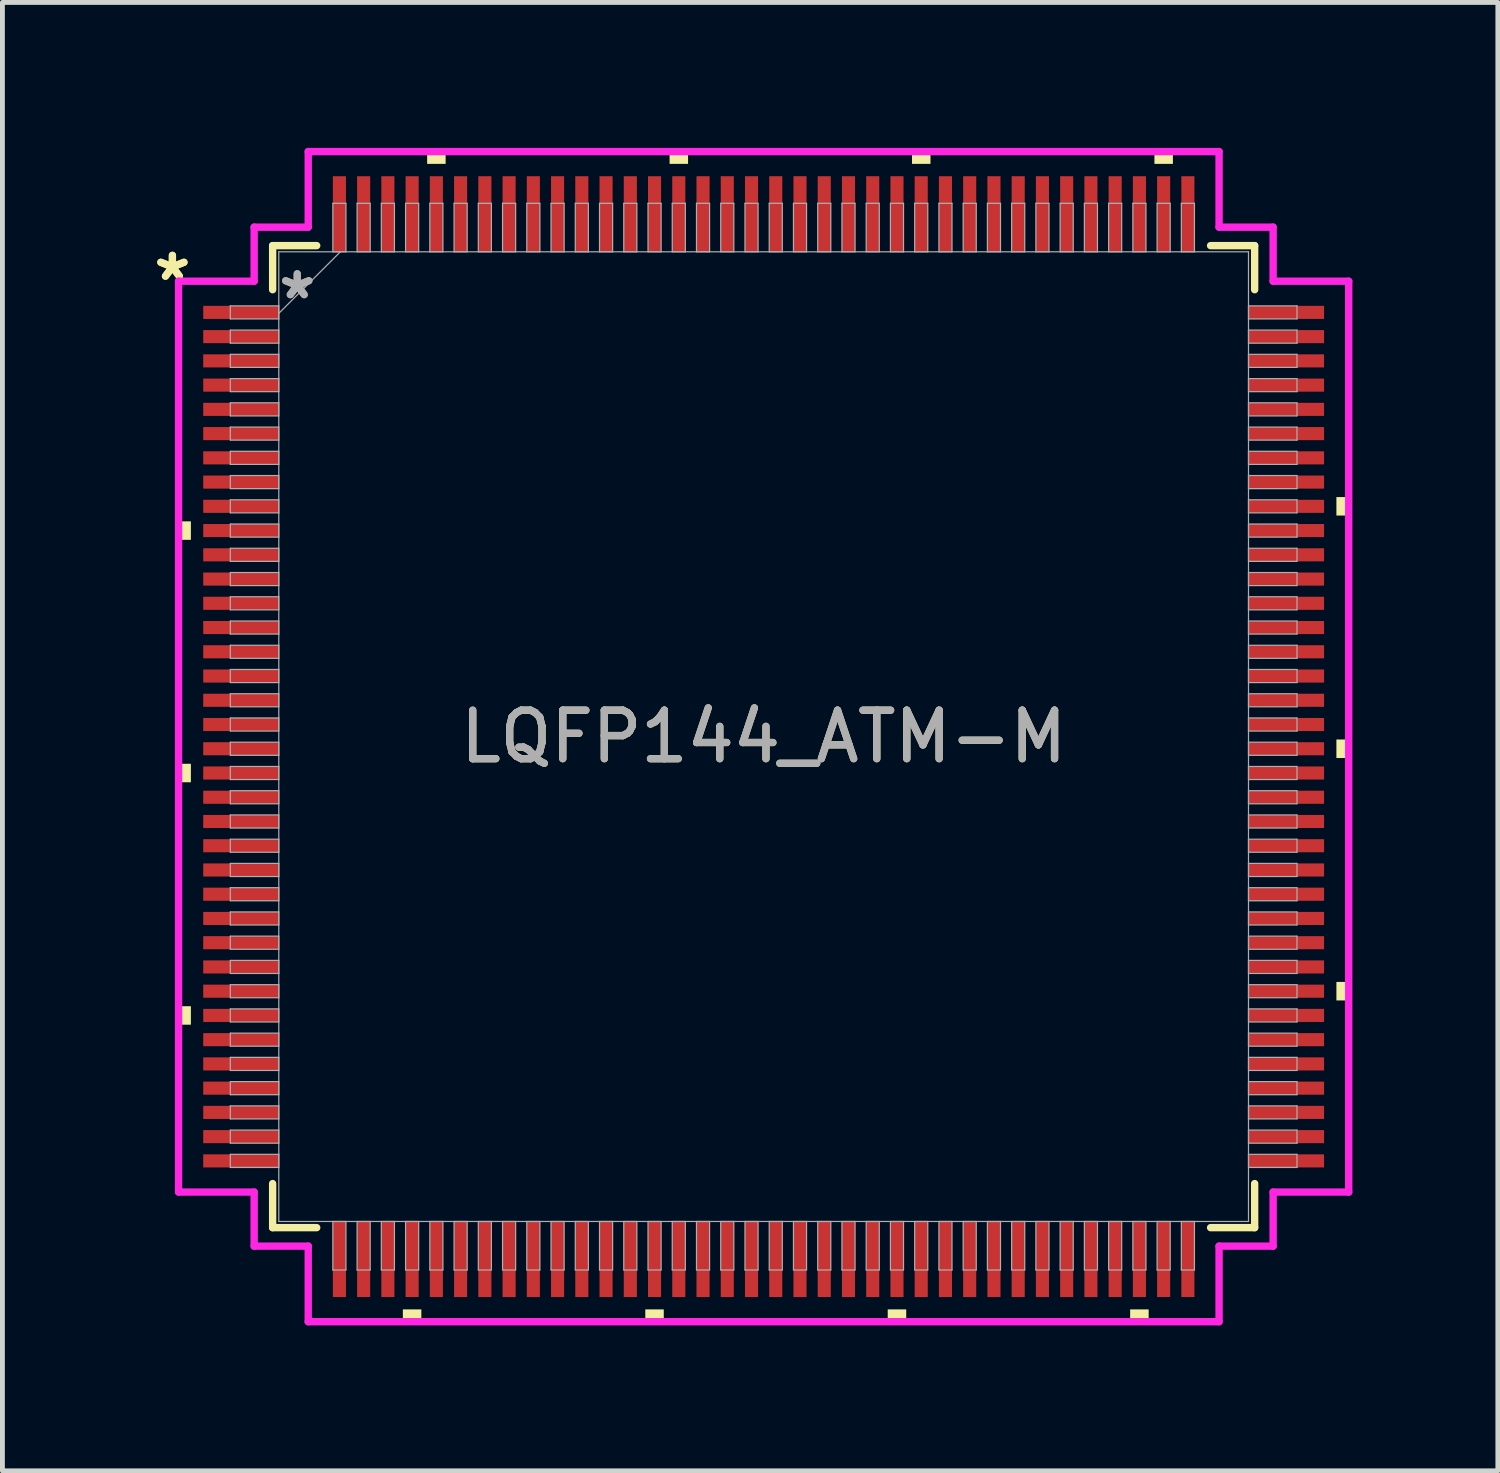
<source format=kicad_pcb>
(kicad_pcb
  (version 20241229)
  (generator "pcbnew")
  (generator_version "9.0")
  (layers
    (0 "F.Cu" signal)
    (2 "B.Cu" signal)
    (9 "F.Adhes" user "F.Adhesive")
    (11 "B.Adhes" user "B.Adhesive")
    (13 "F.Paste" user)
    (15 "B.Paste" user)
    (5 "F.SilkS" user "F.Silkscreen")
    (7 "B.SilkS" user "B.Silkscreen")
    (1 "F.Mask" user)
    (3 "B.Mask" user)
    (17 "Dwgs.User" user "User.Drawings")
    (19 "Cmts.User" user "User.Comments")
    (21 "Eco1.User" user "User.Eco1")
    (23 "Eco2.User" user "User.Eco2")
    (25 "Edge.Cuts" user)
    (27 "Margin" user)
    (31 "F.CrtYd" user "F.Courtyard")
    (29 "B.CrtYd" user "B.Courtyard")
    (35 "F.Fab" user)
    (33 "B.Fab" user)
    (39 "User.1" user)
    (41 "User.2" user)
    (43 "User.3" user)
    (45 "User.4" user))
  (footprint "LQFP144_ATM-M"
    (layer "F.Cu")
    (at 12.7 12.143)
    (property "Reference" "LQFP144_ATM-M" (at 0 0 0) (unlocked yes) (layer "F.SilkS") (effects (font (size 1 1) (thickness 0.15))))
    (attr smd)
    (fp_line (start -10.127 -10.127) (end -10.127 -9.218) (stroke (width 0.152) (type solid)) (layer "F.SilkS"))
    (fp_line (start -10.127 9.218) (end -10.127 10.127) (stroke (width 0.152) (type solid)) (layer "F.SilkS"))
    (fp_line (start -10.127 10.127) (end -9.218 10.127) (stroke (width 0.152) (type solid)) (layer "F.SilkS"))
    (fp_line (start -9.218 -10.127) (end -10.127 -10.127) (stroke (width 0.152) (type solid)) (layer "F.SilkS"))
    (fp_line (start 9.218 10.127) (end 10.127 10.127) (stroke (width 0.152) (type solid)) (layer "F.SilkS"))
    (fp_line (start 10.127 -10.127) (end 9.218 -10.127) (stroke (width 0.152) (type solid)) (layer "F.SilkS"))
    (fp_line (start 10.127 -9.218) (end 10.127 -10.127) (stroke (width 0.152) (type solid)) (layer "F.SilkS"))
    (fp_line (start 10.127 10.127) (end 10.127 9.218) (stroke (width 0.152) (type solid)) (layer "F.SilkS"))
    (fp_poly (pts (xy -12.067 -4.44) (xy -12.067 -4.059) (xy -11.813 -4.059) (xy -11.813 -4.44)) (stroke (width 0) (type solid)) (fill yes) (layer "F.SilkS"))
    (fp_poly (pts (xy -12.067 0.56) (xy -12.067 0.941) (xy -11.813 0.941) (xy -11.813 0.56)) (stroke (width 0) (type solid)) (fill yes) (layer "F.SilkS"))
    (fp_poly (pts (xy -12.067 5.56) (xy -12.067 5.941) (xy -11.813 5.941) (xy -11.813 5.56)) (stroke (width 0) (type solid)) (fill yes) (layer "F.SilkS"))
    (fp_poly (pts (xy -7.441 11.813) (xy -7.441 12.067) (xy -7.06 12.067) (xy -7.06 11.813)) (stroke (width 0) (type solid)) (fill yes) (layer "F.SilkS"))
    (fp_poly (pts (xy -6.94 -11.813) (xy -6.94 -12.067) (xy -6.559 -12.067) (xy -6.559 -11.813)) (stroke (width 0) (type solid)) (fill yes) (layer "F.SilkS"))
    (fp_poly (pts (xy -2.441 11.813) (xy -2.441 12.067) (xy -2.06 12.067) (xy -2.06 11.813)) (stroke (width 0) (type solid)) (fill yes) (layer "F.SilkS"))
    (fp_poly (pts (xy -1.94 -11.813) (xy -1.94 -12.067) (xy -1.559 -12.067) (xy -1.559 -11.813)) (stroke (width 0) (type solid)) (fill yes) (layer "F.SilkS"))
    (fp_poly (pts (xy 2.559 11.813) (xy 2.559 12.067) (xy 2.941 12.067) (xy 2.941 11.813)) (stroke (width 0) (type solid)) (fill yes) (layer "F.SilkS"))
    (fp_poly (pts (xy 3.06 -11.813) (xy 3.06 -12.067) (xy 3.441 -12.067) (xy 3.441 -11.813)) (stroke (width 0) (type solid)) (fill yes) (layer "F.SilkS"))
    (fp_poly (pts (xy 7.559 11.813) (xy 7.559 12.067) (xy 7.941 12.067) (xy 7.941 11.813)) (stroke (width 0) (type solid)) (fill yes) (layer "F.SilkS"))
    (fp_poly (pts (xy 8.06 -11.813) (xy 8.06 -12.067) (xy 8.441 -12.067) (xy 8.441 -11.813)) (stroke (width 0) (type solid)) (fill yes) (layer "F.SilkS"))
    (fp_poly (pts (xy 12.067 -4.941) (xy 12.067 -4.56) (xy 11.813 -4.56) (xy 11.813 -4.941)) (stroke (width 0) (type solid)) (fill yes) (layer "F.SilkS"))
    (fp_poly (pts (xy 12.067 0.059) (xy 12.067 0.441) (xy 11.813 0.441) (xy 11.813 0.059)) (stroke (width 0) (type solid)) (fill yes) (layer "F.SilkS"))
    (fp_poly (pts (xy 12.067 5.059) (xy 12.067 5.441) (xy 11.813 5.441) (xy 11.813 5.059)) (stroke (width 0) (type solid)) (fill yes) (layer "F.SilkS"))
    (fp_line (start -12.067 -9.393) (end -10.508 -9.393) (stroke (width 0.152) (type solid)) (layer "F.CrtYd"))
    (fp_line (start -12.067 9.393) (end -12.067 -9.393) (stroke (width 0.152) (type solid)) (layer "F.CrtYd"))
    (fp_line (start -10.508 -10.508) (end -9.393 -10.508) (stroke (width 0.152) (type solid)) (layer "F.CrtYd"))
    (fp_line (start -10.508 -9.393) (end -10.508 -10.508) (stroke (width 0.152) (type solid)) (layer "F.CrtYd"))
    (fp_line (start -10.508 9.393) (end -12.067 9.393) (stroke (width 0.152) (type solid)) (layer "F.CrtYd"))
    (fp_line (start -10.508 10.508) (end -10.508 9.393) (stroke (width 0.152) (type solid)) (layer "F.CrtYd"))
    (fp_line (start -10.508 10.508) (end -9.393 10.508) (stroke (width 0.152) (type solid)) (layer "F.CrtYd"))
    (fp_line (start -9.393 -12.067) (end 9.393 -12.067) (stroke (width 0.152) (type solid)) (layer "F.CrtYd"))
    (fp_line (start -9.393 -10.508) (end -9.393 -12.067) (stroke (width 0.152) (type solid)) (layer "F.CrtYd"))
    (fp_line (start -9.393 10.508) (end -9.393 12.067) (stroke (width 0.152) (type solid)) (layer "F.CrtYd"))
    (fp_line (start -9.393 12.067) (end 9.393 12.067) (stroke (width 0.152) (type solid)) (layer "F.CrtYd"))
    (fp_line (start 9.393 -12.067) (end 9.393 -10.508) (stroke (width 0.152) (type solid)) (layer "F.CrtYd"))
    (fp_line (start 9.393 -10.508) (end 10.508 -10.508) (stroke (width 0.152) (type solid)) (layer "F.CrtYd"))
    (fp_line (start 9.393 10.508) (end 10.508 10.508) (stroke (width 0.152) (type solid)) (layer "F.CrtYd"))
    (fp_line (start 9.393 12.067) (end 9.393 10.508) (stroke (width 0.152) (type solid)) (layer "F.CrtYd"))
    (fp_line (start 10.508 -9.393) (end 10.508 -10.508) (stroke (width 0.152) (type solid)) (layer "F.CrtYd"))
    (fp_line (start 10.508 9.393) (end 12.067 9.393) (stroke (width 0.152) (type solid)) (layer "F.CrtYd"))
    (fp_line (start 10.508 10.508) (end 10.508 9.393) (stroke (width 0.152) (type solid)) (layer "F.CrtYd"))
    (fp_line (start 12.067 -9.393) (end 10.508 -9.393) (stroke (width 0.152) (type solid)) (layer "F.CrtYd"))
    (fp_line (start 12.067 9.393) (end 12.067 -9.393) (stroke (width 0.152) (type solid)) (layer "F.CrtYd"))
    (fp_line (start -11 -8.885) (end -11 -8.615) (stroke (width 0.025) (type solid)) (layer "F.Fab"))
    (fp_line (start -11 -8.615) (end -10 -8.615) (stroke (width 0.025) (type solid)) (layer "F.Fab"))
    (fp_line (start -11 -8.385) (end -11 -8.115) (stroke (width 0.025) (type solid)) (layer "F.Fab"))
    (fp_line (start -11 -8.115) (end -10 -8.115) (stroke (width 0.025) (type solid)) (layer "F.Fab"))
    (fp_line (start -11 -7.885) (end -11 -7.615) (stroke (width 0.025) (type solid)) (layer "F.Fab"))
    (fp_line (start -11 -7.615) (end -10 -7.615) (stroke (width 0.025) (type solid)) (layer "F.Fab"))
    (fp_line (start -11 -7.385) (end -11 -7.115) (stroke (width 0.025) (type solid)) (layer "F.Fab"))
    (fp_line (start -11 -7.115) (end -10 -7.115) (stroke (width 0.025) (type solid)) (layer "F.Fab"))
    (fp_line (start -11 -6.885) (end -11 -6.615) (stroke (width 0.025) (type solid)) (layer "F.Fab"))
    (fp_line (start -11 -6.615) (end -10 -6.615) (stroke (width 0.025) (type solid)) (layer "F.Fab"))
    (fp_line (start -11 -6.385) (end -11 -6.115) (stroke (width 0.025) (type solid)) (layer "F.Fab"))
    (fp_line (start -11 -6.115) (end -10 -6.115) (stroke (width 0.025) (type solid)) (layer "F.Fab"))
    (fp_line (start -11 -5.885) (end -11 -5.615) (stroke (width 0.025) (type solid)) (layer "F.Fab"))
    (fp_line (start -11 -5.615) (end -10 -5.615) (stroke (width 0.025) (type solid)) (layer "F.Fab"))
    (fp_line (start -11 -5.385) (end -11 -5.115) (stroke (width 0.025) (type solid)) (layer "F.Fab"))
    (fp_line (start -11 -5.115) (end -10 -5.115) (stroke (width 0.025) (type solid)) (layer "F.Fab"))
    (fp_line (start -11 -4.885) (end -11 -4.615) (stroke (width 0.025) (type solid)) (layer "F.Fab"))
    (fp_line (start -11 -4.615) (end -10 -4.615) (stroke (width 0.025) (type solid)) (layer "F.Fab"))
    (fp_line (start -11 -4.385) (end -11 -4.115) (stroke (width 0.025) (type solid)) (layer "F.Fab"))
    (fp_line (start -11 -4.115) (end -10 -4.115) (stroke (width 0.025) (type solid)) (layer "F.Fab"))
    (fp_line (start -11 -3.885) (end -11 -3.615) (stroke (width 0.025) (type solid)) (layer "F.Fab"))
    (fp_line (start -11 -3.615) (end -10 -3.615) (stroke (width 0.025) (type solid)) (layer "F.Fab"))
    (fp_line (start -11 -3.385) (end -11 -3.115) (stroke (width 0.025) (type solid)) (layer "F.Fab"))
    (fp_line (start -11 -3.115) (end -10 -3.115) (stroke (width 0.025) (type solid)) (layer "F.Fab"))
    (fp_line (start -11 -2.885) (end -11 -2.615) (stroke (width 0.025) (type solid)) (layer "F.Fab"))
    (fp_line (start -11 -2.615) (end -10 -2.615) (stroke (width 0.025) (type solid)) (layer "F.Fab"))
    (fp_line (start -11 -2.385) (end -11 -2.115) (stroke (width 0.025) (type solid)) (layer "F.Fab"))
    (fp_line (start -11 -2.115) (end -10 -2.115) (stroke (width 0.025) (type solid)) (layer "F.Fab"))
    (fp_line (start -11 -1.885) (end -11 -1.615) (stroke (width 0.025) (type solid)) (layer "F.Fab"))
    (fp_line (start -11 -1.615) (end -10 -1.615) (stroke (width 0.025) (type solid)) (layer "F.Fab"))
    (fp_line (start -11 -1.385) (end -11 -1.115) (stroke (width 0.025) (type solid)) (layer "F.Fab"))
    (fp_line (start -11 -1.115) (end -10 -1.115) (stroke (width 0.025) (type solid)) (layer "F.Fab"))
    (fp_line (start -11 -0.885) (end -11 -0.615) (stroke (width 0.025) (type solid)) (layer "F.Fab"))
    (fp_line (start -11 -0.615) (end -10 -0.615) (stroke (width 0.025) (type solid)) (layer "F.Fab"))
    (fp_line (start -11 -0.385) (end -11 -0.115) (stroke (width 0.025) (type solid)) (layer "F.Fab"))
    (fp_line (start -11 -0.115) (end -10 -0.115) (stroke (width 0.025) (type solid)) (layer "F.Fab"))
    (fp_line (start -11 0.115) (end -11 0.385) (stroke (width 0.025) (type solid)) (layer "F.Fab"))
    (fp_line (start -11 0.385) (end -10 0.385) (stroke (width 0.025) (type solid)) (layer "F.Fab"))
    (fp_line (start -11 0.615) (end -11 0.885) (stroke (width 0.025) (type solid)) (layer "F.Fab"))
    (fp_line (start -11 0.885) (end -10 0.885) (stroke (width 0.025) (type solid)) (layer "F.Fab"))
    (fp_line (start -11 1.115) (end -11 1.385) (stroke (width 0.025) (type solid)) (layer "F.Fab"))
    (fp_line (start -11 1.385) (end -10 1.385) (stroke (width 0.025) (type solid)) (layer "F.Fab"))
    (fp_line (start -11 1.615) (end -11 1.885) (stroke (width 0.025) (type solid)) (layer "F.Fab"))
    (fp_line (start -11 1.885) (end -10 1.885) (stroke (width 0.025) (type solid)) (layer "F.Fab"))
    (fp_line (start -11 2.115) (end -11 2.385) (stroke (width 0.025) (type solid)) (layer "F.Fab"))
    (fp_line (start -11 2.385) (end -10 2.385) (stroke (width 0.025) (type solid)) (layer "F.Fab"))
    (fp_line (start -11 2.615) (end -11 2.885) (stroke (width 0.025) (type solid)) (layer "F.Fab"))
    (fp_line (start -11 2.885) (end -10 2.885) (stroke (width 0.025) (type solid)) (layer "F.Fab"))
    (fp_line (start -11 3.115) (end -11 3.385) (stroke (width 0.025) (type solid)) (layer "F.Fab"))
    (fp_line (start -11 3.385) (end -10 3.385) (stroke (width 0.025) (type solid)) (layer "F.Fab"))
    (fp_line (start -11 3.615) (end -11 3.885) (stroke (width 0.025) (type solid)) (layer "F.Fab"))
    (fp_line (start -11 3.885) (end -10 3.885) (stroke (width 0.025) (type solid)) (layer "F.Fab"))
    (fp_line (start -11 4.115) (end -11 4.385) (stroke (width 0.025) (type solid)) (layer "F.Fab"))
    (fp_line (start -11 4.385) (end -10 4.385) (stroke (width 0.025) (type solid)) (layer "F.Fab"))
    (fp_line (start -11 4.615) (end -11 4.885) (stroke (width 0.025) (type solid)) (layer "F.Fab"))
    (fp_line (start -11 4.885) (end -10 4.885) (stroke (width 0.025) (type solid)) (layer "F.Fab"))
    (fp_line (start -11 5.115) (end -11 5.385) (stroke (width 0.025) (type solid)) (layer "F.Fab"))
    (fp_line (start -11 5.385) (end -10 5.385) (stroke (width 0.025) (type solid)) (layer "F.Fab"))
    (fp_line (start -11 5.615) (end -11 5.885) (stroke (width 0.025) (type solid)) (layer "F.Fab"))
    (fp_line (start -11 5.885) (end -10 5.885) (stroke (width 0.025) (type solid)) (layer "F.Fab"))
    (fp_line (start -11 6.115) (end -11 6.385) (stroke (width 0.025) (type solid)) (layer "F.Fab"))
    (fp_line (start -11 6.385) (end -10 6.385) (stroke (width 0.025) (type solid)) (layer "F.Fab"))
    (fp_line (start -11 6.615) (end -11 6.885) (stroke (width 0.025) (type solid)) (layer "F.Fab"))
    (fp_line (start -11 6.885) (end -10 6.885) (stroke (width 0.025) (type solid)) (layer "F.Fab"))
    (fp_line (start -11 7.115) (end -11 7.385) (stroke (width 0.025) (type solid)) (layer "F.Fab"))
    (fp_line (start -11 7.385) (end -10 7.385) (stroke (width 0.025) (type solid)) (layer "F.Fab"))
    (fp_line (start -11 7.615) (end -11 7.885) (stroke (width 0.025) (type solid)) (layer "F.Fab"))
    (fp_line (start -11 7.885) (end -10 7.885) (stroke (width 0.025) (type solid)) (layer "F.Fab"))
    (fp_line (start -11 8.115) (end -11 8.385) (stroke (width 0.025) (type solid)) (layer "F.Fab"))
    (fp_line (start -11 8.385) (end -10 8.385) (stroke (width 0.025) (type solid)) (layer "F.Fab"))
    (fp_line (start -11 8.615) (end -11 8.885) (stroke (width 0.025) (type solid)) (layer "F.Fab"))
    (fp_line (start -11 8.885) (end -10 8.885) (stroke (width 0.025) (type solid)) (layer "F.Fab"))
    (fp_line (start -10 -10) (end -10 10) (stroke (width 0.025) (type solid)) (layer "F.Fab"))
    (fp_line (start -10 -8.885) (end -11 -8.885) (stroke (width 0.025) (type solid)) (layer "F.Fab"))
    (fp_line (start -10 -8.73) (end -8.73 -10) (stroke (width 0.025) (type solid)) (layer "F.Fab"))
    (fp_line (start -10 -8.615) (end -10 -8.885) (stroke (width 0.025) (type solid)) (layer "F.Fab"))
    (fp_line (start -10 -8.385) (end -11 -8.385) (stroke (width 0.025) (type solid)) (layer "F.Fab"))
    (fp_line (start -10 -8.115) (end -10 -8.385) (stroke (width 0.025) (type solid)) (layer "F.Fab"))
    (fp_line (start -10 -7.885) (end -11 -7.885) (stroke (width 0.025) (type solid)) (layer "F.Fab"))
    (fp_line (start -10 -7.615) (end -10 -7.885) (stroke (width 0.025) (type solid)) (layer "F.Fab"))
    (fp_line (start -10 -7.385) (end -11 -7.385) (stroke (width 0.025) (type solid)) (layer "F.Fab"))
    (fp_line (start -10 -7.115) (end -10 -7.385) (stroke (width 0.025) (type solid)) (layer "F.Fab"))
    (fp_line (start -10 -6.885) (end -11 -6.885) (stroke (width 0.025) (type solid)) (layer "F.Fab"))
    (fp_line (start -10 -6.615) (end -10 -6.885) (stroke (width 0.025) (type solid)) (layer "F.Fab"))
    (fp_line (start -10 -6.385) (end -11 -6.385) (stroke (width 0.025) (type solid)) (layer "F.Fab"))
    (fp_line (start -10 -6.115) (end -10 -6.385) (stroke (width 0.025) (type solid)) (layer "F.Fab"))
    (fp_line (start -10 -5.885) (end -11 -5.885) (stroke (width 0.025) (type solid)) (layer "F.Fab"))
    (fp_line (start -10 -5.615) (end -10 -5.885) (stroke (width 0.025) (type solid)) (layer "F.Fab"))
    (fp_line (start -10 -5.385) (end -11 -5.385) (stroke (width 0.025) (type solid)) (layer "F.Fab"))
    (fp_line (start -10 -5.115) (end -10 -5.385) (stroke (width 0.025) (type solid)) (layer "F.Fab"))
    (fp_line (start -10 -4.885) (end -11 -4.885) (stroke (width 0.025) (type solid)) (layer "F.Fab"))
    (fp_line (start -10 -4.615) (end -10 -4.885) (stroke (width 0.025) (type solid)) (layer "F.Fab"))
    (fp_line (start -10 -4.385) (end -11 -4.385) (stroke (width 0.025) (type solid)) (layer "F.Fab"))
    (fp_line (start -10 -4.115) (end -10 -4.385) (stroke (width 0.025) (type solid)) (layer "F.Fab"))
    (fp_line (start -10 -3.885) (end -11 -3.885) (stroke (width 0.025) (type solid)) (layer "F.Fab"))
    (fp_line (start -10 -3.615) (end -10 -3.885) (stroke (width 0.025) (type solid)) (layer "F.Fab"))
    (fp_line (start -10 -3.385) (end -11 -3.385) (stroke (width 0.025) (type solid)) (layer "F.Fab"))
    (fp_line (start -10 -3.115) (end -10 -3.385) (stroke (width 0.025) (type solid)) (layer "F.Fab"))
    (fp_line (start -10 -2.885) (end -11 -2.885) (stroke (width 0.025) (type solid)) (layer "F.Fab"))
    (fp_line (start -10 -2.615) (end -10 -2.885) (stroke (width 0.025) (type solid)) (layer "F.Fab"))
    (fp_line (start -10 -2.385) (end -11 -2.385) (stroke (width 0.025) (type solid)) (layer "F.Fab"))
    (fp_line (start -10 -2.115) (end -10 -2.385) (stroke (width 0.025) (type solid)) (layer "F.Fab"))
    (fp_line (start -10 -1.885) (end -11 -1.885) (stroke (width 0.025) (type solid)) (layer "F.Fab"))
    (fp_line (start -10 -1.615) (end -10 -1.885) (stroke (width 0.025) (type solid)) (layer "F.Fab"))
    (fp_line (start -10 -1.385) (end -11 -1.385) (stroke (width 0.025) (type solid)) (layer "F.Fab"))
    (fp_line (start -10 -1.115) (end -10 -1.385) (stroke (width 0.025) (type solid)) (layer "F.Fab"))
    (fp_line (start -10 -0.885) (end -11 -0.885) (stroke (width 0.025) (type solid)) (layer "F.Fab"))
    (fp_line (start -10 -0.615) (end -10 -0.885) (stroke (width 0.025) (type solid)) (layer "F.Fab"))
    (fp_line (start -10 -0.385) (end -11 -0.385) (stroke (width 0.025) (type solid)) (layer "F.Fab"))
    (fp_line (start -10 -0.115) (end -10 -0.385) (stroke (width 0.025) (type solid)) (layer "F.Fab"))
    (fp_line (start -10 0.115) (end -11 0.115) (stroke (width 0.025) (type solid)) (layer "F.Fab"))
    (fp_line (start -10 0.385) (end -10 0.115) (stroke (width 0.025) (type solid)) (layer "F.Fab"))
    (fp_line (start -10 0.615) (end -11 0.615) (stroke (width 0.025) (type solid)) (layer "F.Fab"))
    (fp_line (start -10 0.885) (end -10 0.615) (stroke (width 0.025) (type solid)) (layer "F.Fab"))
    (fp_line (start -10 1.115) (end -11 1.115) (stroke (width 0.025) (type solid)) (layer "F.Fab"))
    (fp_line (start -10 1.385) (end -10 1.115) (stroke (width 0.025) (type solid)) (layer "F.Fab"))
    (fp_line (start -10 1.615) (end -11 1.615) (stroke (width 0.025) (type solid)) (layer "F.Fab"))
    (fp_line (start -10 1.885) (end -10 1.615) (stroke (width 0.025) (type solid)) (layer "F.Fab"))
    (fp_line (start -10 2.115) (end -11 2.115) (stroke (width 0.025) (type solid)) (layer "F.Fab"))
    (fp_line (start -10 2.385) (end -10 2.115) (stroke (width 0.025) (type solid)) (layer "F.Fab"))
    (fp_line (start -10 2.615) (end -11 2.615) (stroke (width 0.025) (type solid)) (layer "F.Fab"))
    (fp_line (start -10 2.885) (end -10 2.615) (stroke (width 0.025) (type solid)) (layer "F.Fab"))
    (fp_line (start -10 3.115) (end -11 3.115) (stroke (width 0.025) (type solid)) (layer "F.Fab"))
    (fp_line (start -10 3.385) (end -10 3.115) (stroke (width 0.025) (type solid)) (layer "F.Fab"))
    (fp_line (start -10 3.615) (end -11 3.615) (stroke (width 0.025) (type solid)) (layer "F.Fab"))
    (fp_line (start -10 3.885) (end -10 3.615) (stroke (width 0.025) (type solid)) (layer "F.Fab"))
    (fp_line (start -10 4.115) (end -11 4.115) (stroke (width 0.025) (type solid)) (layer "F.Fab"))
    (fp_line (start -10 4.385) (end -10 4.115) (stroke (width 0.025) (type solid)) (layer "F.Fab"))
    (fp_line (start -10 4.615) (end -11 4.615) (stroke (width 0.025) (type solid)) (layer "F.Fab"))
    (fp_line (start -10 4.885) (end -10 4.615) (stroke (width 0.025) (type solid)) (layer "F.Fab"))
    (fp_line (start -10 5.115) (end -11 5.115) (stroke (width 0.025) (type solid)) (layer "F.Fab"))
    (fp_line (start -10 5.385) (end -10 5.115) (stroke (width 0.025) (type solid)) (layer "F.Fab"))
    (fp_line (start -10 5.615) (end -11 5.615) (stroke (width 0.025) (type solid)) (layer "F.Fab"))
    (fp_line (start -10 5.885) (end -10 5.615) (stroke (width 0.025) (type solid)) (layer "F.Fab"))
    (fp_line (start -10 6.115) (end -11 6.115) (stroke (width 0.025) (type solid)) (layer "F.Fab"))
    (fp_line (start -10 6.385) (end -10 6.115) (stroke (width 0.025) (type solid)) (layer "F.Fab"))
    (fp_line (start -10 6.615) (end -11 6.615) (stroke (width 0.025) (type solid)) (layer "F.Fab"))
    (fp_line (start -10 6.885) (end -10 6.615) (stroke (width 0.025) (type solid)) (layer "F.Fab"))
    (fp_line (start -10 7.115) (end -11 7.115) (stroke (width 0.025) (type solid)) (layer "F.Fab"))
    (fp_line (start -10 7.385) (end -10 7.115) (stroke (width 0.025) (type solid)) (layer "F.Fab"))
    (fp_line (start -10 7.615) (end -11 7.615) (stroke (width 0.025) (type solid)) (layer "F.Fab"))
    (fp_line (start -10 7.885) (end -10 7.615) (stroke (width 0.025) (type solid)) (layer "F.Fab"))
    (fp_line (start -10 8.115) (end -11 8.115) (stroke (width 0.025) (type solid)) (layer "F.Fab"))
    (fp_line (start -10 8.385) (end -10 8.115) (stroke (width 0.025) (type solid)) (layer "F.Fab"))
    (fp_line (start -10 8.615) (end -11 8.615) (stroke (width 0.025) (type solid)) (layer "F.Fab"))
    (fp_line (start -10 8.885) (end -10 8.615) (stroke (width 0.025) (type solid)) (layer "F.Fab"))
    (fp_line (start -10 10) (end 10 10) (stroke (width 0.025) (type solid)) (layer "F.Fab"))
    (fp_line (start -8.885 -11) (end -8.885 -10) (stroke (width 0.025) (type solid)) (layer "F.Fab"))
    (fp_line (start -8.885 -10) (end -8.615 -10) (stroke (width 0.025) (type solid)) (layer "F.Fab"))
    (fp_line (start -8.885 10) (end -8.885 11) (stroke (width 0.025) (type solid)) (layer "F.Fab"))
    (fp_line (start -8.885 11) (end -8.615 11) (stroke (width 0.025) (type solid)) (layer "F.Fab"))
    (fp_line (start -8.615 -11) (end -8.885 -11) (stroke (width 0.025) (type solid)) (layer "F.Fab"))
    (fp_line (start -8.615 -10) (end -8.615 -11) (stroke (width 0.025) (type solid)) (layer "F.Fab"))
    (fp_line (start -8.615 10) (end -8.885 10) (stroke (width 0.025) (type solid)) (layer "F.Fab"))
    (fp_line (start -8.615 11) (end -8.615 10) (stroke (width 0.025) (type solid)) (layer "F.Fab"))
    (fp_line (start -8.385 -11) (end -8.385 -10) (stroke (width 0.025) (type solid)) (layer "F.Fab"))
    (fp_line (start -8.385 -10) (end -8.115 -10) (stroke (width 0.025) (type solid)) (layer "F.Fab"))
    (fp_line (start -8.385 10) (end -8.385 11) (stroke (width 0.025) (type solid)) (layer "F.Fab"))
    (fp_line (start -8.385 11) (end -8.115 11) (stroke (width 0.025) (type solid)) (layer "F.Fab"))
    (fp_line (start -8.115 -11) (end -8.385 -11) (stroke (width 0.025) (type solid)) (layer "F.Fab"))
    (fp_line (start -8.115 -10) (end -8.115 -11) (stroke (width 0.025) (type solid)) (layer "F.Fab"))
    (fp_line (start -8.115 10) (end -8.385 10) (stroke (width 0.025) (type solid)) (layer "F.Fab"))
    (fp_line (start -8.115 11) (end -8.115 10) (stroke (width 0.025) (type solid)) (layer "F.Fab"))
    (fp_line (start -7.885 -11) (end -7.885 -10) (stroke (width 0.025) (type solid)) (layer "F.Fab"))
    (fp_line (start -7.885 -10) (end -7.615 -10) (stroke (width 0.025) (type solid)) (layer "F.Fab"))
    (fp_line (start -7.885 10) (end -7.885 11) (stroke (width 0.025) (type solid)) (layer "F.Fab"))
    (fp_line (start -7.885 11) (end -7.615 11) (stroke (width 0.025) (type solid)) (layer "F.Fab"))
    (fp_line (start -7.615 -11) (end -7.885 -11) (stroke (width 0.025) (type solid)) (layer "F.Fab"))
    (fp_line (start -7.615 -10) (end -7.615 -11) (stroke (width 0.025) (type solid)) (layer "F.Fab"))
    (fp_line (start -7.615 10) (end -7.885 10) (stroke (width 0.025) (type solid)) (layer "F.Fab"))
    (fp_line (start -7.615 11) (end -7.615 10) (stroke (width 0.025) (type solid)) (layer "F.Fab"))
    (fp_line (start -7.385 -11) (end -7.385 -10) (stroke (width 0.025) (type solid)) (layer "F.Fab"))
    (fp_line (start -7.385 -10) (end -7.115 -10) (stroke (width 0.025) (type solid)) (layer "F.Fab"))
    (fp_line (start -7.385 10) (end -7.385 11) (stroke (width 0.025) (type solid)) (layer "F.Fab"))
    (fp_line (start -7.385 11) (end -7.115 11) (stroke (width 0.025) (type solid)) (layer "F.Fab"))
    (fp_line (start -7.115 -11) (end -7.385 -11) (stroke (width 0.025) (type solid)) (layer "F.Fab"))
    (fp_line (start -7.115 -10) (end -7.115 -11) (stroke (width 0.025) (type solid)) (layer "F.Fab"))
    (fp_line (start -7.115 10) (end -7.385 10) (stroke (width 0.025) (type solid)) (layer "F.Fab"))
    (fp_line (start -7.115 11) (end -7.115 10) (stroke (width 0.025) (type solid)) (layer "F.Fab"))
    (fp_line (start -6.885 -11) (end -6.885 -10) (stroke (width 0.025) (type solid)) (layer "F.Fab"))
    (fp_line (start -6.885 -10) (end -6.615 -10) (stroke (width 0.025) (type solid)) (layer "F.Fab"))
    (fp_line (start -6.885 10) (end -6.885 11) (stroke (width 0.025) (type solid)) (layer "F.Fab"))
    (fp_line (start -6.885 11) (end -6.615 11) (stroke (width 0.025) (type solid)) (layer "F.Fab"))
    (fp_line (start -6.615 -11) (end -6.885 -11) (stroke (width 0.025) (type solid)) (layer "F.Fab"))
    (fp_line (start -6.615 -10) (end -6.615 -11) (stroke (width 0.025) (type solid)) (layer "F.Fab"))
    (fp_line (start -6.615 10) (end -6.885 10) (stroke (width 0.025) (type solid)) (layer "F.Fab"))
    (fp_line (start -6.615 11) (end -6.615 10) (stroke (width 0.025) (type solid)) (layer "F.Fab"))
    (fp_line (start -6.385 -11) (end -6.385 -10) (stroke (width 0.025) (type solid)) (layer "F.Fab"))
    (fp_line (start -6.385 -10) (end -6.115 -10) (stroke (width 0.025) (type solid)) (layer "F.Fab"))
    (fp_line (start -6.385 10) (end -6.385 11) (stroke (width 0.025) (type solid)) (layer "F.Fab"))
    (fp_line (start -6.385 11) (end -6.115 11) (stroke (width 0.025) (type solid)) (layer "F.Fab"))
    (fp_line (start -6.115 -11) (end -6.385 -11) (stroke (width 0.025) (type solid)) (layer "F.Fab"))
    (fp_line (start -6.115 -10) (end -6.115 -11) (stroke (width 0.025) (type solid)) (layer "F.Fab"))
    (fp_line (start -6.115 10) (end -6.385 10) (stroke (width 0.025) (type solid)) (layer "F.Fab"))
    (fp_line (start -6.115 11) (end -6.115 10) (stroke (width 0.025) (type solid)) (layer "F.Fab"))
    (fp_line (start -5.885 -11) (end -5.885 -10) (stroke (width 0.025) (type solid)) (layer "F.Fab"))
    (fp_line (start -5.885 -10) (end -5.615 -10) (stroke (width 0.025) (type solid)) (layer "F.Fab"))
    (fp_line (start -5.885 10) (end -5.885 11) (stroke (width 0.025) (type solid)) (layer "F.Fab"))
    (fp_line (start -5.885 11) (end -5.615 11) (stroke (width 0.025) (type solid)) (layer "F.Fab"))
    (fp_line (start -5.615 -11) (end -5.885 -11) (stroke (width 0.025) (type solid)) (layer "F.Fab"))
    (fp_line (start -5.615 -10) (end -5.615 -11) (stroke (width 0.025) (type solid)) (layer "F.Fab"))
    (fp_line (start -5.615 10) (end -5.885 10) (stroke (width 0.025) (type solid)) (layer "F.Fab"))
    (fp_line (start -5.615 11) (end -5.615 10) (stroke (width 0.025) (type solid)) (layer "F.Fab"))
    (fp_line (start -5.385 -11) (end -5.385 -10) (stroke (width 0.025) (type solid)) (layer "F.Fab"))
    (fp_line (start -5.385 -10) (end -5.115 -10) (stroke (width 0.025) (type solid)) (layer "F.Fab"))
    (fp_line (start -5.385 10) (end -5.385 11) (stroke (width 0.025) (type solid)) (layer "F.Fab"))
    (fp_line (start -5.385 11) (end -5.115 11) (stroke (width 0.025) (type solid)) (layer "F.Fab"))
    (fp_line (start -5.115 -11) (end -5.385 -11) (stroke (width 0.025) (type solid)) (layer "F.Fab"))
    (fp_line (start -5.115 -10) (end -5.115 -11) (stroke (width 0.025) (type solid)) (layer "F.Fab"))
    (fp_line (start -5.115 10) (end -5.385 10) (stroke (width 0.025) (type solid)) (layer "F.Fab"))
    (fp_line (start -5.115 11) (end -5.115 10) (stroke (width 0.025) (type solid)) (layer "F.Fab"))
    (fp_line (start -4.885 -11) (end -4.885 -10) (stroke (width 0.025) (type solid)) (layer "F.Fab"))
    (fp_line (start -4.885 -10) (end -4.615 -10) (stroke (width 0.025) (type solid)) (layer "F.Fab"))
    (fp_line (start -4.885 10) (end -4.885 11) (stroke (width 0.025) (type solid)) (layer "F.Fab"))
    (fp_line (start -4.885 11) (end -4.615 11) (stroke (width 0.025) (type solid)) (layer "F.Fab"))
    (fp_line (start -4.615 -11) (end -4.885 -11) (stroke (width 0.025) (type solid)) (layer "F.Fab"))
    (fp_line (start -4.615 -10) (end -4.615 -11) (stroke (width 0.025) (type solid)) (layer "F.Fab"))
    (fp_line (start -4.615 10) (end -4.885 10) (stroke (width 0.025) (type solid)) (layer "F.Fab"))
    (fp_line (start -4.615 11) (end -4.615 10) (stroke (width 0.025) (type solid)) (layer "F.Fab"))
    (fp_line (start -4.385 -11) (end -4.385 -10) (stroke (width 0.025) (type solid)) (layer "F.Fab"))
    (fp_line (start -4.385 -10) (end -4.115 -10) (stroke (width 0.025) (type solid)) (layer "F.Fab"))
    (fp_line (start -4.385 10) (end -4.385 11) (stroke (width 0.025) (type solid)) (layer "F.Fab"))
    (fp_line (start -4.385 11) (end -4.115 11) (stroke (width 0.025) (type solid)) (layer "F.Fab"))
    (fp_line (start -4.115 -11) (end -4.385 -11) (stroke (width 0.025) (type solid)) (layer "F.Fab"))
    (fp_line (start -4.115 -10) (end -4.115 -11) (stroke (width 0.025) (type solid)) (layer "F.Fab"))
    (fp_line (start -4.115 10) (end -4.385 10) (stroke (width 0.025) (type solid)) (layer "F.Fab"))
    (fp_line (start -4.115 11) (end -4.115 10) (stroke (width 0.025) (type solid)) (layer "F.Fab"))
    (fp_line (start -3.885 -11) (end -3.885 -10) (stroke (width 0.025) (type solid)) (layer "F.Fab"))
    (fp_line (start -3.885 -10) (end -3.615 -10) (stroke (width 0.025) (type solid)) (layer "F.Fab"))
    (fp_line (start -3.885 10) (end -3.885 11) (stroke (width 0.025) (type solid)) (layer "F.Fab"))
    (fp_line (start -3.885 11) (end -3.615 11) (stroke (width 0.025) (type solid)) (layer "F.Fab"))
    (fp_line (start -3.615 -11) (end -3.885 -11) (stroke (width 0.025) (type solid)) (layer "F.Fab"))
    (fp_line (start -3.615 -10) (end -3.615 -11) (stroke (width 0.025) (type solid)) (layer "F.Fab"))
    (fp_line (start -3.615 10) (end -3.885 10) (stroke (width 0.025) (type solid)) (layer "F.Fab"))
    (fp_line (start -3.615 11) (end -3.615 10) (stroke (width 0.025) (type solid)) (layer "F.Fab"))
    (fp_line (start -3.385 -11) (end -3.385 -10) (stroke (width 0.025) (type solid)) (layer "F.Fab"))
    (fp_line (start -3.385 -10) (end -3.115 -10) (stroke (width 0.025) (type solid)) (layer "F.Fab"))
    (fp_line (start -3.385 10) (end -3.385 11) (stroke (width 0.025) (type solid)) (layer "F.Fab"))
    (fp_line (start -3.385 11) (end -3.115 11) (stroke (width 0.025) (type solid)) (layer "F.Fab"))
    (fp_line (start -3.115 -11) (end -3.385 -11) (stroke (width 0.025) (type solid)) (layer "F.Fab"))
    (fp_line (start -3.115 -10) (end -3.115 -11) (stroke (width 0.025) (type solid)) (layer "F.Fab"))
    (fp_line (start -3.115 10) (end -3.385 10) (stroke (width 0.025) (type solid)) (layer "F.Fab"))
    (fp_line (start -3.115 11) (end -3.115 10) (stroke (width 0.025) (type solid)) (layer "F.Fab"))
    (fp_line (start -2.885 -11) (end -2.885 -10) (stroke (width 0.025) (type solid)) (layer "F.Fab"))
    (fp_line (start -2.885 -10) (end -2.615 -10) (stroke (width 0.025) (type solid)) (layer "F.Fab"))
    (fp_line (start -2.885 10) (end -2.885 11) (stroke (width 0.025) (type solid)) (layer "F.Fab"))
    (fp_line (start -2.885 11) (end -2.615 11) (stroke (width 0.025) (type solid)) (layer "F.Fab"))
    (fp_line (start -2.615 -11) (end -2.885 -11) (stroke (width 0.025) (type solid)) (layer "F.Fab"))
    (fp_line (start -2.615 -10) (end -2.615 -11) (stroke (width 0.025) (type solid)) (layer "F.Fab"))
    (fp_line (start -2.615 10) (end -2.885 10) (stroke (width 0.025) (type solid)) (layer "F.Fab"))
    (fp_line (start -2.615 11) (end -2.615 10) (stroke (width 0.025) (type solid)) (layer "F.Fab"))
    (fp_line (start -2.385 -11) (end -2.385 -10) (stroke (width 0.025) (type solid)) (layer "F.Fab"))
    (fp_line (start -2.385 -10) (end -2.115 -10) (stroke (width 0.025) (type solid)) (layer "F.Fab"))
    (fp_line (start -2.385 10) (end -2.385 11) (stroke (width 0.025) (type solid)) (layer "F.Fab"))
    (fp_line (start -2.385 11) (end -2.115 11) (stroke (width 0.025) (type solid)) (layer "F.Fab"))
    (fp_line (start -2.115 -11) (end -2.385 -11) (stroke (width 0.025) (type solid)) (layer "F.Fab"))
    (fp_line (start -2.115 -10) (end -2.115 -11) (stroke (width 0.025) (type solid)) (layer "F.Fab"))
    (fp_line (start -2.115 10) (end -2.385 10) (stroke (width 0.025) (type solid)) (layer "F.Fab"))
    (fp_line (start -2.115 11) (end -2.115 10) (stroke (width 0.025) (type solid)) (layer "F.Fab"))
    (fp_line (start -1.885 -11) (end -1.885 -10) (stroke (width 0.025) (type solid)) (layer "F.Fab"))
    (fp_line (start -1.885 -10) (end -1.615 -10) (stroke (width 0.025) (type solid)) (layer "F.Fab"))
    (fp_line (start -1.885 10) (end -1.885 11) (stroke (width 0.025) (type solid)) (layer "F.Fab"))
    (fp_line (start -1.885 11) (end -1.615 11) (stroke (width 0.025) (type solid)) (layer "F.Fab"))
    (fp_line (start -1.615 -11) (end -1.885 -11) (stroke (width 0.025) (type solid)) (layer "F.Fab"))
    (fp_line (start -1.615 -10) (end -1.615 -11) (stroke (width 0.025) (type solid)) (layer "F.Fab"))
    (fp_line (start -1.615 10) (end -1.885 10) (stroke (width 0.025) (type solid)) (layer "F.Fab"))
    (fp_line (start -1.615 11) (end -1.615 10) (stroke (width 0.025) (type solid)) (layer "F.Fab"))
    (fp_line (start -1.385 -11) (end -1.385 -10) (stroke (width 0.025) (type solid)) (layer "F.Fab"))
    (fp_line (start -1.385 -10) (end -1.115 -10) (stroke (width 0.025) (type solid)) (layer "F.Fab"))
    (fp_line (start -1.385 10) (end -1.385 11) (stroke (width 0.025) (type solid)) (layer "F.Fab"))
    (fp_line (start -1.385 11) (end -1.115 11) (stroke (width 0.025) (type solid)) (layer "F.Fab"))
    (fp_line (start -1.115 -11) (end -1.385 -11) (stroke (width 0.025) (type solid)) (layer "F.Fab"))
    (fp_line (start -1.115 -10) (end -1.115 -11) (stroke (width 0.025) (type solid)) (layer "F.Fab"))
    (fp_line (start -1.115 10) (end -1.385 10) (stroke (width 0.025) (type solid)) (layer "F.Fab"))
    (fp_line (start -1.115 11) (end -1.115 10) (stroke (width 0.025) (type solid)) (layer "F.Fab"))
    (fp_line (start -0.885 -11) (end -0.885 -10) (stroke (width 0.025) (type solid)) (layer "F.Fab"))
    (fp_line (start -0.885 -10) (end -0.615 -10) (stroke (width 0.025) (type solid)) (layer "F.Fab"))
    (fp_line (start -0.885 10) (end -0.885 11) (stroke (width 0.025) (type solid)) (layer "F.Fab"))
    (fp_line (start -0.885 11) (end -0.615 11) (stroke (width 0.025) (type solid)) (layer "F.Fab"))
    (fp_line (start -0.615 -11) (end -0.885 -11) (stroke (width 0.025) (type solid)) (layer "F.Fab"))
    (fp_line (start -0.615 -10) (end -0.615 -11) (stroke (width 0.025) (type solid)) (layer "F.Fab"))
    (fp_line (start -0.615 10) (end -0.885 10) (stroke (width 0.025) (type solid)) (layer "F.Fab"))
    (fp_line (start -0.615 11) (end -0.615 10) (stroke (width 0.025) (type solid)) (layer "F.Fab"))
    (fp_line (start -0.385 -11) (end -0.385 -10) (stroke (width 0.025) (type solid)) (layer "F.Fab"))
    (fp_line (start -0.385 -10) (end -0.115 -10) (stroke (width 0.025) (type solid)) (layer "F.Fab"))
    (fp_line (start -0.385 10) (end -0.385 11) (stroke (width 0.025) (type solid)) (layer "F.Fab"))
    (fp_line (start -0.385 11) (end -0.115 11) (stroke (width 0.025) (type solid)) (layer "F.Fab"))
    (fp_line (start -0.115 -11) (end -0.385 -11) (stroke (width 0.025) (type solid)) (layer "F.Fab"))
    (fp_line (start -0.115 -10) (end -0.115 -11) (stroke (width 0.025) (type solid)) (layer "F.Fab"))
    (fp_line (start -0.115 10) (end -0.385 10) (stroke (width 0.025) (type solid)) (layer "F.Fab"))
    (fp_line (start -0.115 11) (end -0.115 10) (stroke (width 0.025) (type solid)) (layer "F.Fab"))
    (fp_line (start 0.115 -11) (end 0.115 -10) (stroke (width 0.025) (type solid)) (layer "F.Fab"))
    (fp_line (start 0.115 -10) (end 0.385 -10) (stroke (width 0.025) (type solid)) (layer "F.Fab"))
    (fp_line (start 0.115 10) (end 0.115 11) (stroke (width 0.025) (type solid)) (layer "F.Fab"))
    (fp_line (start 0.115 11) (end 0.385 11) (stroke (width 0.025) (type solid)) (layer "F.Fab"))
    (fp_line (start 0.385 -11) (end 0.115 -11) (stroke (width 0.025) (type solid)) (layer "F.Fab"))
    (fp_line (start 0.385 -10) (end 0.385 -11) (stroke (width 0.025) (type solid)) (layer "F.Fab"))
    (fp_line (start 0.385 10) (end 0.115 10) (stroke (width 0.025) (type solid)) (layer "F.Fab"))
    (fp_line (start 0.385 11) (end 0.385 10) (stroke (width 0.025) (type solid)) (layer "F.Fab"))
    (fp_line (start 0.615 -11) (end 0.615 -10) (stroke (width 0.025) (type solid)) (layer "F.Fab"))
    (fp_line (start 0.615 -10) (end 0.885 -10) (stroke (width 0.025) (type solid)) (layer "F.Fab"))
    (fp_line (start 0.615 10) (end 0.615 11) (stroke (width 0.025) (type solid)) (layer "F.Fab"))
    (fp_line (start 0.615 11) (end 0.885 11) (stroke (width 0.025) (type solid)) (layer "F.Fab"))
    (fp_line (start 0.885 -11) (end 0.615 -11) (stroke (width 0.025) (type solid)) (layer "F.Fab"))
    (fp_line (start 0.885 -10) (end 0.885 -11) (stroke (width 0.025) (type solid)) (layer "F.Fab"))
    (fp_line (start 0.885 10) (end 0.615 10) (stroke (width 0.025) (type solid)) (layer "F.Fab"))
    (fp_line (start 0.885 11) (end 0.885 10) (stroke (width 0.025) (type solid)) (layer "F.Fab"))
    (fp_line (start 1.115 -11) (end 1.115 -10) (stroke (width 0.025) (type solid)) (layer "F.Fab"))
    (fp_line (start 1.115 -10) (end 1.385 -10) (stroke (width 0.025) (type solid)) (layer "F.Fab"))
    (fp_line (start 1.115 10) (end 1.115 11) (stroke (width 0.025) (type solid)) (layer "F.Fab"))
    (fp_line (start 1.115 11) (end 1.385 11) (stroke (width 0.025) (type solid)) (layer "F.Fab"))
    (fp_line (start 1.385 -11) (end 1.115 -11) (stroke (width 0.025) (type solid)) (layer "F.Fab"))
    (fp_line (start 1.385 -10) (end 1.385 -11) (stroke (width 0.025) (type solid)) (layer "F.Fab"))
    (fp_line (start 1.385 10) (end 1.115 10) (stroke (width 0.025) (type solid)) (layer "F.Fab"))
    (fp_line (start 1.385 11) (end 1.385 10) (stroke (width 0.025) (type solid)) (layer "F.Fab"))
    (fp_line (start 1.615 -11) (end 1.615 -10) (stroke (width 0.025) (type solid)) (layer "F.Fab"))
    (fp_line (start 1.615 -10) (end 1.885 -10) (stroke (width 0.025) (type solid)) (layer "F.Fab"))
    (fp_line (start 1.615 10) (end 1.615 11) (stroke (width 0.025) (type solid)) (layer "F.Fab"))
    (fp_line (start 1.615 11) (end 1.885 11) (stroke (width 0.025) (type solid)) (layer "F.Fab"))
    (fp_line (start 1.885 -11) (end 1.615 -11) (stroke (width 0.025) (type solid)) (layer "F.Fab"))
    (fp_line (start 1.885 -10) (end 1.885 -11) (stroke (width 0.025) (type solid)) (layer "F.Fab"))
    (fp_line (start 1.885 10) (end 1.615 10) (stroke (width 0.025) (type solid)) (layer "F.Fab"))
    (fp_line (start 1.885 11) (end 1.885 10) (stroke (width 0.025) (type solid)) (layer "F.Fab"))
    (fp_line (start 2.115 -11) (end 2.115 -10) (stroke (width 0.025) (type solid)) (layer "F.Fab"))
    (fp_line (start 2.115 -10) (end 2.385 -10) (stroke (width 0.025) (type solid)) (layer "F.Fab"))
    (fp_line (start 2.115 10) (end 2.115 11) (stroke (width 0.025) (type solid)) (layer "F.Fab"))
    (fp_line (start 2.115 11) (end 2.385 11) (stroke (width 0.025) (type solid)) (layer "F.Fab"))
    (fp_line (start 2.385 -11) (end 2.115 -11) (stroke (width 0.025) (type solid)) (layer "F.Fab"))
    (fp_line (start 2.385 -10) (end 2.385 -11) (stroke (width 0.025) (type solid)) (layer "F.Fab"))
    (fp_line (start 2.385 10) (end 2.115 10) (stroke (width 0.025) (type solid)) (layer "F.Fab"))
    (fp_line (start 2.385 11) (end 2.385 10) (stroke (width 0.025) (type solid)) (layer "F.Fab"))
    (fp_line (start 2.615 -11) (end 2.615 -10) (stroke (width 0.025) (type solid)) (layer "F.Fab"))
    (fp_line (start 2.615 -10) (end 2.885 -10) (stroke (width 0.025) (type solid)) (layer "F.Fab"))
    (fp_line (start 2.615 10) (end 2.615 11) (stroke (width 0.025) (type solid)) (layer "F.Fab"))
    (fp_line (start 2.615 11) (end 2.885 11) (stroke (width 0.025) (type solid)) (layer "F.Fab"))
    (fp_line (start 2.885 -11) (end 2.615 -11) (stroke (width 0.025) (type solid)) (layer "F.Fab"))
    (fp_line (start 2.885 -10) (end 2.885 -11) (stroke (width 0.025) (type solid)) (layer "F.Fab"))
    (fp_line (start 2.885 10) (end 2.615 10) (stroke (width 0.025) (type solid)) (layer "F.Fab"))
    (fp_line (start 2.885 11) (end 2.885 10) (stroke (width 0.025) (type solid)) (layer "F.Fab"))
    (fp_line (start 3.115 -11) (end 3.115 -10) (stroke (width 0.025) (type solid)) (layer "F.Fab"))
    (fp_line (start 3.115 -10) (end 3.385 -10) (stroke (width 0.025) (type solid)) (layer "F.Fab"))
    (fp_line (start 3.115 10) (end 3.115 11) (stroke (width 0.025) (type solid)) (layer "F.Fab"))
    (fp_line (start 3.115 11) (end 3.385 11) (stroke (width 0.025) (type solid)) (layer "F.Fab"))
    (fp_line (start 3.385 -11) (end 3.115 -11) (stroke (width 0.025) (type solid)) (layer "F.Fab"))
    (fp_line (start 3.385 -10) (end 3.385 -11) (stroke (width 0.025) (type solid)) (layer "F.Fab"))
    (fp_line (start 3.385 10) (end 3.115 10) (stroke (width 0.025) (type solid)) (layer "F.Fab"))
    (fp_line (start 3.385 11) (end 3.385 10) (stroke (width 0.025) (type solid)) (layer "F.Fab"))
    (fp_line (start 3.615 -11) (end 3.615 -10) (stroke (width 0.025) (type solid)) (layer "F.Fab"))
    (fp_line (start 3.615 -10) (end 3.885 -10) (stroke (width 0.025) (type solid)) (layer "F.Fab"))
    (fp_line (start 3.615 10) (end 3.615 11) (stroke (width 0.025) (type solid)) (layer "F.Fab"))
    (fp_line (start 3.615 11) (end 3.885 11) (stroke (width 0.025) (type solid)) (layer "F.Fab"))
    (fp_line (start 3.885 -11) (end 3.615 -11) (stroke (width 0.025) (type solid)) (layer "F.Fab"))
    (fp_line (start 3.885 -10) (end 3.885 -11) (stroke (width 0.025) (type solid)) (layer "F.Fab"))
    (fp_line (start 3.885 10) (end 3.615 10) (stroke (width 0.025) (type solid)) (layer "F.Fab"))
    (fp_line (start 3.885 11) (end 3.885 10) (stroke (width 0.025) (type solid)) (layer "F.Fab"))
    (fp_line (start 4.115 -11) (end 4.115 -10) (stroke (width 0.025) (type solid)) (layer "F.Fab"))
    (fp_line (start 4.115 -10) (end 4.385 -10) (stroke (width 0.025) (type solid)) (layer "F.Fab"))
    (fp_line (start 4.115 10) (end 4.115 11) (stroke (width 0.025) (type solid)) (layer "F.Fab"))
    (fp_line (start 4.115 11) (end 4.385 11) (stroke (width 0.025) (type solid)) (layer "F.Fab"))
    (fp_line (start 4.385 -11) (end 4.115 -11) (stroke (width 0.025) (type solid)) (layer "F.Fab"))
    (fp_line (start 4.385 -10) (end 4.385 -11) (stroke (width 0.025) (type solid)) (layer "F.Fab"))
    (fp_line (start 4.385 10) (end 4.115 10) (stroke (width 0.025) (type solid)) (layer "F.Fab"))
    (fp_line (start 4.385 11) (end 4.385 10) (stroke (width 0.025) (type solid)) (layer "F.Fab"))
    (fp_line (start 4.615 -11) (end 4.615 -10) (stroke (width 0.025) (type solid)) (layer "F.Fab"))
    (fp_line (start 4.615 -10) (end 4.885 -10) (stroke (width 0.025) (type solid)) (layer "F.Fab"))
    (fp_line (start 4.615 10) (end 4.615 11) (stroke (width 0.025) (type solid)) (layer "F.Fab"))
    (fp_line (start 4.615 11) (end 4.885 11) (stroke (width 0.025) (type solid)) (layer "F.Fab"))
    (fp_line (start 4.885 -11) (end 4.615 -11) (stroke (width 0.025) (type solid)) (layer "F.Fab"))
    (fp_line (start 4.885 -10) (end 4.885 -11) (stroke (width 0.025) (type solid)) (layer "F.Fab"))
    (fp_line (start 4.885 10) (end 4.615 10) (stroke (width 0.025) (type solid)) (layer "F.Fab"))
    (fp_line (start 4.885 11) (end 4.885 10) (stroke (width 0.025) (type solid)) (layer "F.Fab"))
    (fp_line (start 5.115 -11) (end 5.115 -10) (stroke (width 0.025) (type solid)) (layer "F.Fab"))
    (fp_line (start 5.115 -10) (end 5.385 -10) (stroke (width 0.025) (type solid)) (layer "F.Fab"))
    (fp_line (start 5.115 10) (end 5.115 11) (stroke (width 0.025) (type solid)) (layer "F.Fab"))
    (fp_line (start 5.115 11) (end 5.385 11) (stroke (width 0.025) (type solid)) (layer "F.Fab"))
    (fp_line (start 5.385 -11) (end 5.115 -11) (stroke (width 0.025) (type solid)) (layer "F.Fab"))
    (fp_line (start 5.385 -10) (end 5.385 -11) (stroke (width 0.025) (type solid)) (layer "F.Fab"))
    (fp_line (start 5.385 10) (end 5.115 10) (stroke (width 0.025) (type solid)) (layer "F.Fab"))
    (fp_line (start 5.385 11) (end 5.385 10) (stroke (width 0.025) (type solid)) (layer "F.Fab"))
    (fp_line (start 5.615 -11) (end 5.615 -10) (stroke (width 0.025) (type solid)) (layer "F.Fab"))
    (fp_line (start 5.615 -10) (end 5.885 -10) (stroke (width 0.025) (type solid)) (layer "F.Fab"))
    (fp_line (start 5.615 10) (end 5.615 11) (stroke (width 0.025) (type solid)) (layer "F.Fab"))
    (fp_line (start 5.615 11) (end 5.885 11) (stroke (width 0.025) (type solid)) (layer "F.Fab"))
    (fp_line (start 5.885 -11) (end 5.615 -11) (stroke (width 0.025) (type solid)) (layer "F.Fab"))
    (fp_line (start 5.885 -10) (end 5.885 -11) (stroke (width 0.025) (type solid)) (layer "F.Fab"))
    (fp_line (start 5.885 10) (end 5.615 10) (stroke (width 0.025) (type solid)) (layer "F.Fab"))
    (fp_line (start 5.885 11) (end 5.885 10) (stroke (width 0.025) (type solid)) (layer "F.Fab"))
    (fp_line (start 6.115 -11) (end 6.115 -10) (stroke (width 0.025) (type solid)) (layer "F.Fab"))
    (fp_line (start 6.115 -10) (end 6.385 -10) (stroke (width 0.025) (type solid)) (layer "F.Fab"))
    (fp_line (start 6.115 10) (end 6.115 11) (stroke (width 0.025) (type solid)) (layer "F.Fab"))
    (fp_line (start 6.115 11) (end 6.385 11) (stroke (width 0.025) (type solid)) (layer "F.Fab"))
    (fp_line (start 6.385 -11) (end 6.115 -11) (stroke (width 0.025) (type solid)) (layer "F.Fab"))
    (fp_line (start 6.385 -10) (end 6.385 -11) (stroke (width 0.025) (type solid)) (layer "F.Fab"))
    (fp_line (start 6.385 10) (end 6.115 10) (stroke (width 0.025) (type solid)) (layer "F.Fab"))
    (fp_line (start 6.385 11) (end 6.385 10) (stroke (width 0.025) (type solid)) (layer "F.Fab"))
    (fp_line (start 6.615 -11) (end 6.615 -10) (stroke (width 0.025) (type solid)) (layer "F.Fab"))
    (fp_line (start 6.615 -10) (end 6.885 -10) (stroke (width 0.025) (type solid)) (layer "F.Fab"))
    (fp_line (start 6.615 10) (end 6.615 11) (stroke (width 0.025) (type solid)) (layer "F.Fab"))
    (fp_line (start 6.615 11) (end 6.885 11) (stroke (width 0.025) (type solid)) (layer "F.Fab"))
    (fp_line (start 6.885 -11) (end 6.615 -11) (stroke (width 0.025) (type solid)) (layer "F.Fab"))
    (fp_line (start 6.885 -10) (end 6.885 -11) (stroke (width 0.025) (type solid)) (layer "F.Fab"))
    (fp_line (start 6.885 10) (end 6.615 10) (stroke (width 0.025) (type solid)) (layer "F.Fab"))
    (fp_line (start 6.885 11) (end 6.885 10) (stroke (width 0.025) (type solid)) (layer "F.Fab"))
    (fp_line (start 7.115 -11) (end 7.115 -10) (stroke (width 0.025) (type solid)) (layer "F.Fab"))
    (fp_line (start 7.115 -10) (end 7.385 -10) (stroke (width 0.025) (type solid)) (layer "F.Fab"))
    (fp_line (start 7.115 10) (end 7.115 11) (stroke (width 0.025) (type solid)) (layer "F.Fab"))
    (fp_line (start 7.115 11) (end 7.385 11) (stroke (width 0.025) (type solid)) (layer "F.Fab"))
    (fp_line (start 7.385 -11) (end 7.115 -11) (stroke (width 0.025) (type solid)) (layer "F.Fab"))
    (fp_line (start 7.385 -10) (end 7.385 -11) (stroke (width 0.025) (type solid)) (layer "F.Fab"))
    (fp_line (start 7.385 10) (end 7.115 10) (stroke (width 0.025) (type solid)) (layer "F.Fab"))
    (fp_line (start 7.385 11) (end 7.385 10) (stroke (width 0.025) (type solid)) (layer "F.Fab"))
    (fp_line (start 7.615 -11) (end 7.615 -10) (stroke (width 0.025) (type solid)) (layer "F.Fab"))
    (fp_line (start 7.615 -10) (end 7.885 -10) (stroke (width 0.025) (type solid)) (layer "F.Fab"))
    (fp_line (start 7.615 10) (end 7.615 11) (stroke (width 0.025) (type solid)) (layer "F.Fab"))
    (fp_line (start 7.615 11) (end 7.885 11) (stroke (width 0.025) (type solid)) (layer "F.Fab"))
    (fp_line (start 7.885 -11) (end 7.615 -11) (stroke (width 0.025) (type solid)) (layer "F.Fab"))
    (fp_line (start 7.885 -10) (end 7.885 -11) (stroke (width 0.025) (type solid)) (layer "F.Fab"))
    (fp_line (start 7.885 10) (end 7.615 10) (stroke (width 0.025) (type solid)) (layer "F.Fab"))
    (fp_line (start 7.885 11) (end 7.885 10) (stroke (width 0.025) (type solid)) (layer "F.Fab"))
    (fp_line (start 8.115 -11) (end 8.115 -10) (stroke (width 0.025) (type solid)) (layer "F.Fab"))
    (fp_line (start 8.115 -10) (end 8.385 -10) (stroke (width 0.025) (type solid)) (layer "F.Fab"))
    (fp_line (start 8.115 10) (end 8.115 11) (stroke (width 0.025) (type solid)) (layer "F.Fab"))
    (fp_line (start 8.115 11) (end 8.385 11) (stroke (width 0.025) (type solid)) (layer "F.Fab"))
    (fp_line (start 8.385 -11) (end 8.115 -11) (stroke (width 0.025) (type solid)) (layer "F.Fab"))
    (fp_line (start 8.385 -10) (end 8.385 -11) (stroke (width 0.025) (type solid)) (layer "F.Fab"))
    (fp_line (start 8.385 10) (end 8.115 10) (stroke (width 0.025) (type solid)) (layer "F.Fab"))
    (fp_line (start 8.385 11) (end 8.385 10) (stroke (width 0.025) (type solid)) (layer "F.Fab"))
    (fp_line (start 8.615 -11) (end 8.615 -10) (stroke (width 0.025) (type solid)) (layer "F.Fab"))
    (fp_line (start 8.615 -10) (end 8.885 -10) (stroke (width 0.025) (type solid)) (layer "F.Fab"))
    (fp_line (start 8.615 10) (end 8.615 11) (stroke (width 0.025) (type solid)) (layer "F.Fab"))
    (fp_line (start 8.615 11) (end 8.885 11) (stroke (width 0.025) (type solid)) (layer "F.Fab"))
    (fp_line (start 8.885 -11) (end 8.615 -11) (stroke (width 0.025) (type solid)) (layer "F.Fab"))
    (fp_line (start 8.885 -10) (end 8.885 -11) (stroke (width 0.025) (type solid)) (layer "F.Fab"))
    (fp_line (start 8.885 10) (end 8.615 10) (stroke (width 0.025) (type solid)) (layer "F.Fab"))
    (fp_line (start 8.885 11) (end 8.885 10) (stroke (width 0.025) (type solid)) (layer "F.Fab"))
    (fp_line (start 10 -10) (end -10 -10) (stroke (width 0.025) (type solid)) (layer "F.Fab"))
    (fp_line (start 10 -8.885) (end 10 -8.615) (stroke (width 0.025) (type solid)) (layer "F.Fab"))
    (fp_line (start 10 -8.615) (end 11 -8.615) (stroke (width 0.025) (type solid)) (layer "F.Fab"))
    (fp_line (start 10 -8.385) (end 10 -8.115) (stroke (width 0.025) (type solid)) (layer "F.Fab"))
    (fp_line (start 10 -8.115) (end 11 -8.115) (stroke (width 0.025) (type solid)) (layer "F.Fab"))
    (fp_line (start 10 -7.885) (end 10 -7.615) (stroke (width 0.025) (type solid)) (layer "F.Fab"))
    (fp_line (start 10 -7.615) (end 11 -7.615) (stroke (width 0.025) (type solid)) (layer "F.Fab"))
    (fp_line (start 10 -7.385) (end 10 -7.115) (stroke (width 0.025) (type solid)) (layer "F.Fab"))
    (fp_line (start 10 -7.115) (end 11 -7.115) (stroke (width 0.025) (type solid)) (layer "F.Fab"))
    (fp_line (start 10 -6.885) (end 10 -6.615) (stroke (width 0.025) (type solid)) (layer "F.Fab"))
    (fp_line (start 10 -6.615) (end 11 -6.615) (stroke (width 0.025) (type solid)) (layer "F.Fab"))
    (fp_line (start 10 -6.385) (end 10 -6.115) (stroke (width 0.025) (type solid)) (layer "F.Fab"))
    (fp_line (start 10 -6.115) (end 11 -6.115) (stroke (width 0.025) (type solid)) (layer "F.Fab"))
    (fp_line (start 10 -5.885) (end 10 -5.615) (stroke (width 0.025) (type solid)) (layer "F.Fab"))
    (fp_line (start 10 -5.615) (end 11 -5.615) (stroke (width 0.025) (type solid)) (layer "F.Fab"))
    (fp_line (start 10 -5.385) (end 10 -5.115) (stroke (width 0.025) (type solid)) (layer "F.Fab"))
    (fp_line (start 10 -5.115) (end 11 -5.115) (stroke (width 0.025) (type solid)) (layer "F.Fab"))
    (fp_line (start 10 -4.885) (end 10 -4.615) (stroke (width 0.025) (type solid)) (layer "F.Fab"))
    (fp_line (start 10 -4.615) (end 11 -4.615) (stroke (width 0.025) (type solid)) (layer "F.Fab"))
    (fp_line (start 10 -4.385) (end 10 -4.115) (stroke (width 0.025) (type solid)) (layer "F.Fab"))
    (fp_line (start 10 -4.115) (end 11 -4.115) (stroke (width 0.025) (type solid)) (layer "F.Fab"))
    (fp_line (start 10 -3.885) (end 10 -3.615) (stroke (width 0.025) (type solid)) (layer "F.Fab"))
    (fp_line (start 10 -3.615) (end 11 -3.615) (stroke (width 0.025) (type solid)) (layer "F.Fab"))
    (fp_line (start 10 -3.385) (end 10 -3.115) (stroke (width 0.025) (type solid)) (layer "F.Fab"))
    (fp_line (start 10 -3.115) (end 11 -3.115) (stroke (width 0.025) (type solid)) (layer "F.Fab"))
    (fp_line (start 10 -2.885) (end 10 -2.615) (stroke (width 0.025) (type solid)) (layer "F.Fab"))
    (fp_line (start 10 -2.615) (end 11 -2.615) (stroke (width 0.025) (type solid)) (layer "F.Fab"))
    (fp_line (start 10 -2.385) (end 10 -2.115) (stroke (width 0.025) (type solid)) (layer "F.Fab"))
    (fp_line (start 10 -2.115) (end 11 -2.115) (stroke (width 0.025) (type solid)) (layer "F.Fab"))
    (fp_line (start 10 -1.885) (end 10 -1.615) (stroke (width 0.025) (type solid)) (layer "F.Fab"))
    (fp_line (start 10 -1.615) (end 11 -1.615) (stroke (width 0.025) (type solid)) (layer "F.Fab"))
    (fp_line (start 10 -1.385) (end 10 -1.115) (stroke (width 0.025) (type solid)) (layer "F.Fab"))
    (fp_line (start 10 -1.115) (end 11 -1.115) (stroke (width 0.025) (type solid)) (layer "F.Fab"))
    (fp_line (start 10 -0.885) (end 10 -0.615) (stroke (width 0.025) (type solid)) (layer "F.Fab"))
    (fp_line (start 10 -0.615) (end 11 -0.615) (stroke (width 0.025) (type solid)) (layer "F.Fab"))
    (fp_line (start 10 -0.385) (end 10 -0.115) (stroke (width 0.025) (type solid)) (layer "F.Fab"))
    (fp_line (start 10 -0.115) (end 11 -0.115) (stroke (width 0.025) (type solid)) (layer "F.Fab"))
    (fp_line (start 10 0.115) (end 10 0.385) (stroke (width 0.025) (type solid)) (layer "F.Fab"))
    (fp_line (start 10 0.385) (end 11 0.385) (stroke (width 0.025) (type solid)) (layer "F.Fab"))
    (fp_line (start 10 0.615) (end 10 0.885) (stroke (width 0.025) (type solid)) (layer "F.Fab"))
    (fp_line (start 10 0.885) (end 11 0.885) (stroke (width 0.025) (type solid)) (layer "F.Fab"))
    (fp_line (start 10 1.115) (end 10 1.385) (stroke (width 0.025) (type solid)) (layer "F.Fab"))
    (fp_line (start 10 1.385) (end 11 1.385) (stroke (width 0.025) (type solid)) (layer "F.Fab"))
    (fp_line (start 10 1.615) (end 10 1.885) (stroke (width 0.025) (type solid)) (layer "F.Fab"))
    (fp_line (start 10 1.885) (end 11 1.885) (stroke (width 0.025) (type solid)) (layer "F.Fab"))
    (fp_line (start 10 2.115) (end 10 2.385) (stroke (width 0.025) (type solid)) (layer "F.Fab"))
    (fp_line (start 10 2.385) (end 11 2.385) (stroke (width 0.025) (type solid)) (layer "F.Fab"))
    (fp_line (start 10 2.615) (end 10 2.885) (stroke (width 0.025) (type solid)) (layer "F.Fab"))
    (fp_line (start 10 2.885) (end 11 2.885) (stroke (width 0.025) (type solid)) (layer "F.Fab"))
    (fp_line (start 10 3.115) (end 10 3.385) (stroke (width 0.025) (type solid)) (layer "F.Fab"))
    (fp_line (start 10 3.385) (end 11 3.385) (stroke (width 0.025) (type solid)) (layer "F.Fab"))
    (fp_line (start 10 3.615) (end 10 3.885) (stroke (width 0.025) (type solid)) (layer "F.Fab"))
    (fp_line (start 10 3.885) (end 11 3.885) (stroke (width 0.025) (type solid)) (layer "F.Fab"))
    (fp_line (start 10 4.115) (end 10 4.385) (stroke (width 0.025) (type solid)) (layer "F.Fab"))
    (fp_line (start 10 4.385) (end 11 4.385) (stroke (width 0.025) (type solid)) (layer "F.Fab"))
    (fp_line (start 10 4.615) (end 10 4.885) (stroke (width 0.025) (type solid)) (layer "F.Fab"))
    (fp_line (start 10 4.885) (end 11 4.885) (stroke (width 0.025) (type solid)) (layer "F.Fab"))
    (fp_line (start 10 5.115) (end 10 5.385) (stroke (width 0.025) (type solid)) (layer "F.Fab"))
    (fp_line (start 10 5.385) (end 11 5.385) (stroke (width 0.025) (type solid)) (layer "F.Fab"))
    (fp_line (start 10 5.615) (end 10 5.885) (stroke (width 0.025) (type solid)) (layer "F.Fab"))
    (fp_line (start 10 5.885) (end 11 5.885) (stroke (width 0.025) (type solid)) (layer "F.Fab"))
    (fp_line (start 10 6.115) (end 10 6.385) (stroke (width 0.025) (type solid)) (layer "F.Fab"))
    (fp_line (start 10 6.385) (end 11 6.385) (stroke (width 0.025) (type solid)) (layer "F.Fab"))
    (fp_line (start 10 6.615) (end 10 6.885) (stroke (width 0.025) (type solid)) (layer "F.Fab"))
    (fp_line (start 10 6.885) (end 11 6.885) (stroke (width 0.025) (type solid)) (layer "F.Fab"))
    (fp_line (start 10 7.115) (end 10 7.385) (stroke (width 0.025) (type solid)) (layer "F.Fab"))
    (fp_line (start 10 7.385) (end 11 7.385) (stroke (width 0.025) (type solid)) (layer "F.Fab"))
    (fp_line (start 10 7.615) (end 10 7.885) (stroke (width 0.025) (type solid)) (layer "F.Fab"))
    (fp_line (start 10 7.885) (end 11 7.885) (stroke (width 0.025) (type solid)) (layer "F.Fab"))
    (fp_line (start 10 8.115) (end 10 8.385) (stroke (width 0.025) (type solid)) (layer "F.Fab"))
    (fp_line (start 10 8.385) (end 11 8.385) (stroke (width 0.025) (type solid)) (layer "F.Fab"))
    (fp_line (start 10 8.615) (end 10 8.885) (stroke (width 0.025) (type solid)) (layer "F.Fab"))
    (fp_line (start 10 8.885) (end 11 8.885) (stroke (width 0.025) (type solid)) (layer "F.Fab"))
    (fp_line (start 10 10) (end 10 -10) (stroke (width 0.025) (type solid)) (layer "F.Fab"))
    (fp_line (start 11 -8.885) (end 10 -8.885) (stroke (width 0.025) (type solid)) (layer "F.Fab"))
    (fp_line (start 11 -8.615) (end 11 -8.885) (stroke (width 0.025) (type solid)) (layer "F.Fab"))
    (fp_line (start 11 -8.385) (end 10 -8.385) (stroke (width 0.025) (type solid)) (layer "F.Fab"))
    (fp_line (start 11 -8.115) (end 11 -8.385) (stroke (width 0.025) (type solid)) (layer "F.Fab"))
    (fp_line (start 11 -7.885) (end 10 -7.885) (stroke (width 0.025) (type solid)) (layer "F.Fab"))
    (fp_line (start 11 -7.615) (end 11 -7.885) (stroke (width 0.025) (type solid)) (layer "F.Fab"))
    (fp_line (start 11 -7.385) (end 10 -7.385) (stroke (width 0.025) (type solid)) (layer "F.Fab"))
    (fp_line (start 11 -7.115) (end 11 -7.385) (stroke (width 0.025) (type solid)) (layer "F.Fab"))
    (fp_line (start 11 -6.885) (end 10 -6.885) (stroke (width 0.025) (type solid)) (layer "F.Fab"))
    (fp_line (start 11 -6.615) (end 11 -6.885) (stroke (width 0.025) (type solid)) (layer "F.Fab"))
    (fp_line (start 11 -6.385) (end 10 -6.385) (stroke (width 0.025) (type solid)) (layer "F.Fab"))
    (fp_line (start 11 -6.115) (end 11 -6.385) (stroke (width 0.025) (type solid)) (layer "F.Fab"))
    (fp_line (start 11 -5.885) (end 10 -5.885) (stroke (width 0.025) (type solid)) (layer "F.Fab"))
    (fp_line (start 11 -5.615) (end 11 -5.885) (stroke (width 0.025) (type solid)) (layer "F.Fab"))
    (fp_line (start 11 -5.385) (end 10 -5.385) (stroke (width 0.025) (type solid)) (layer "F.Fab"))
    (fp_line (start 11 -5.115) (end 11 -5.385) (stroke (width 0.025) (type solid)) (layer "F.Fab"))
    (fp_line (start 11 -4.885) (end 10 -4.885) (stroke (width 0.025) (type solid)) (layer "F.Fab"))
    (fp_line (start 11 -4.615) (end 11 -4.885) (stroke (width 0.025) (type solid)) (layer "F.Fab"))
    (fp_line (start 11 -4.385) (end 10 -4.385) (stroke (width 0.025) (type solid)) (layer "F.Fab"))
    (fp_line (start 11 -4.115) (end 11 -4.385) (stroke (width 0.025) (type solid)) (layer "F.Fab"))
    (fp_line (start 11 -3.885) (end 10 -3.885) (stroke (width 0.025) (type solid)) (layer "F.Fab"))
    (fp_line (start 11 -3.615) (end 11 -3.885) (stroke (width 0.025) (type solid)) (layer "F.Fab"))
    (fp_line (start 11 -3.385) (end 10 -3.385) (stroke (width 0.025) (type solid)) (layer "F.Fab"))
    (fp_line (start 11 -3.115) (end 11 -3.385) (stroke (width 0.025) (type solid)) (layer "F.Fab"))
    (fp_line (start 11 -2.885) (end 10 -2.885) (stroke (width 0.025) (type solid)) (layer "F.Fab"))
    (fp_line (start 11 -2.615) (end 11 -2.885) (stroke (width 0.025) (type solid)) (layer "F.Fab"))
    (fp_line (start 11 -2.385) (end 10 -2.385) (stroke (width 0.025) (type solid)) (layer "F.Fab"))
    (fp_line (start 11 -2.115) (end 11 -2.385) (stroke (width 0.025) (type solid)) (layer "F.Fab"))
    (fp_line (start 11 -1.885) (end 10 -1.885) (stroke (width 0.025) (type solid)) (layer "F.Fab"))
    (fp_line (start 11 -1.615) (end 11 -1.885) (stroke (width 0.025) (type solid)) (layer "F.Fab"))
    (fp_line (start 11 -1.385) (end 10 -1.385) (stroke (width 0.025) (type solid)) (layer "F.Fab"))
    (fp_line (start 11 -1.115) (end 11 -1.385) (stroke (width 0.025) (type solid)) (layer "F.Fab"))
    (fp_line (start 11 -0.885) (end 10 -0.885) (stroke (width 0.025) (type solid)) (layer "F.Fab"))
    (fp_line (start 11 -0.615) (end 11 -0.885) (stroke (width 0.025) (type solid)) (layer "F.Fab"))
    (fp_line (start 11 -0.385) (end 10 -0.385) (stroke (width 0.025) (type solid)) (layer "F.Fab"))
    (fp_line (start 11 -0.115) (end 11 -0.385) (stroke (width 0.025) (type solid)) (layer "F.Fab"))
    (fp_line (start 11 0.115) (end 10 0.115) (stroke (width 0.025) (type solid)) (layer "F.Fab"))
    (fp_line (start 11 0.385) (end 11 0.115) (stroke (width 0.025) (type solid)) (layer "F.Fab"))
    (fp_line (start 11 0.615) (end 10 0.615) (stroke (width 0.025) (type solid)) (layer "F.Fab"))
    (fp_line (start 11 0.885) (end 11 0.615) (stroke (width 0.025) (type solid)) (layer "F.Fab"))
    (fp_line (start 11 1.115) (end 10 1.115) (stroke (width 0.025) (type solid)) (layer "F.Fab"))
    (fp_line (start 11 1.385) (end 11 1.115) (stroke (width 0.025) (type solid)) (layer "F.Fab"))
    (fp_line (start 11 1.615) (end 10 1.615) (stroke (width 0.025) (type solid)) (layer "F.Fab"))
    (fp_line (start 11 1.885) (end 11 1.615) (stroke (width 0.025) (type solid)) (layer "F.Fab"))
    (fp_line (start 11 2.115) (end 10 2.115) (stroke (width 0.025) (type solid)) (layer "F.Fab"))
    (fp_line (start 11 2.385) (end 11 2.115) (stroke (width 0.025) (type solid)) (layer "F.Fab"))
    (fp_line (start 11 2.615) (end 10 2.615) (stroke (width 0.025) (type solid)) (layer "F.Fab"))
    (fp_line (start 11 2.885) (end 11 2.615) (stroke (width 0.025) (type solid)) (layer "F.Fab"))
    (fp_line (start 11 3.115) (end 10 3.115) (stroke (width 0.025) (type solid)) (layer "F.Fab"))
    (fp_line (start 11 3.385) (end 11 3.115) (stroke (width 0.025) (type solid)) (layer "F.Fab"))
    (fp_line (start 11 3.615) (end 10 3.615) (stroke (width 0.025) (type solid)) (layer "F.Fab"))
    (fp_line (start 11 3.885) (end 11 3.615) (stroke (width 0.025) (type solid)) (layer "F.Fab"))
    (fp_line (start 11 4.115) (end 10 4.115) (stroke (width 0.025) (type solid)) (layer "F.Fab"))
    (fp_line (start 11 4.385) (end 11 4.115) (stroke (width 0.025) (type solid)) (layer "F.Fab"))
    (fp_line (start 11 4.615) (end 10 4.615) (stroke (width 0.025) (type solid)) (layer "F.Fab"))
    (fp_line (start 11 4.885) (end 11 4.615) (stroke (width 0.025) (type solid)) (layer "F.Fab"))
    (fp_line (start 11 5.115) (end 10 5.115) (stroke (width 0.025) (type solid)) (layer "F.Fab"))
    (fp_line (start 11 5.385) (end 11 5.115) (stroke (width 0.025) (type solid)) (layer "F.Fab"))
    (fp_line (start 11 5.615) (end 10 5.615) (stroke (width 0.025) (type solid)) (layer "F.Fab"))
    (fp_line (start 11 5.885) (end 11 5.615) (stroke (width 0.025) (type solid)) (layer "F.Fab"))
    (fp_line (start 11 6.115) (end 10 6.115) (stroke (width 0.025) (type solid)) (layer "F.Fab"))
    (fp_line (start 11 6.385) (end 11 6.115) (stroke (width 0.025) (type solid)) (layer "F.Fab"))
    (fp_line (start 11 6.615) (end 10 6.615) (stroke (width 0.025) (type solid)) (layer "F.Fab"))
    (fp_line (start 11 6.885) (end 11 6.615) (stroke (width 0.025) (type solid)) (layer "F.Fab"))
    (fp_line (start 11 7.115) (end 10 7.115) (stroke (width 0.025) (type solid)) (layer "F.Fab"))
    (fp_line (start 11 7.385) (end 11 7.115) (stroke (width 0.025) (type solid)) (layer "F.Fab"))
    (fp_line (start 11 7.615) (end 10 7.615) (stroke (width 0.025) (type solid)) (layer "F.Fab"))
    (fp_line (start 11 7.885) (end 11 7.615) (stroke (width 0.025) (type solid)) (layer "F.Fab"))
    (fp_line (start 11 8.115) (end 10 8.115) (stroke (width 0.025) (type solid)) (layer "F.Fab"))
    (fp_line (start 11 8.385) (end 11 8.115) (stroke (width 0.025) (type solid)) (layer "F.Fab"))
    (fp_line (start 11 8.615) (end 10 8.615) (stroke (width 0.025) (type solid)) (layer "F.Fab"))
    (fp_line (start 11 8.885) (end 11 8.615) (stroke (width 0.025) (type solid)) (layer "F.Fab"))
    (fp_text user "*" (at -12.194 -9.381 0) (layer "F.SilkS") (effects (font (size 1 1) (thickness 0.15))))
    (fp_text user "*" (at -12.194 -9.381 0) (unlocked yes) (layer "F.SilkS") (effects (font (size 1 1) (thickness 0.15))))
    (fp_text user "${REFERENCE}" (at 0 0 0) (unlocked yes) (layer "F.Fab") (effects (font (size 1 1) (thickness 0.15))))
    (fp_text user "*" (at -9.619 -9 0) (layer "F.Fab") (effects (font (size 1 1) (thickness 0.15))))
    (fp_text user "*" (at -9.619 -9 0) (unlocked yes) (layer "F.Fab") (effects (font (size 1 1) (thickness 0.15))))
    (pad "1" smd rect (at -10.779 -8.75 90) (size 0.27 1.559) (layers "F.Cu" "F.Mask" "F.Paste"))
    (pad "2" smd rect (at -10.779 -8.25 90) (size 0.27 1.559) (layers "F.Cu" "F.Mask" "F.Paste"))
    (pad "3" smd rect (at -10.779 -7.75 90) (size 0.27 1.559) (layers "F.Cu" "F.Mask" "F.Paste"))
    (pad "4" smd rect (at -10.779 -7.25 90) (size 0.27 1.559) (layers "F.Cu" "F.Mask" "F.Paste"))
    (pad "5" smd rect (at -10.779 -6.75 90) (size 0.27 1.559) (layers "F.Cu" "F.Mask" "F.Paste"))
    (pad "6" smd rect (at -10.779 -6.25 90) (size 0.27 1.559) (layers "F.Cu" "F.Mask" "F.Paste"))
    (pad "7" smd rect (at -10.779 -5.75 90) (size 0.27 1.559) (layers "F.Cu" "F.Mask" "F.Paste"))
    (pad "8" smd rect (at -10.779 -5.25 90) (size 0.27 1.559) (layers "F.Cu" "F.Mask" "F.Paste"))
    (pad "9" smd rect (at -10.779 -4.75 90) (size 0.27 1.559) (layers "F.Cu" "F.Mask" "F.Paste"))
    (pad "10" smd rect (at -10.779 -4.25 90) (size 0.27 1.559) (layers "F.Cu" "F.Mask" "F.Paste"))
    (pad "11" smd rect (at -10.779 -3.75 90) (size 0.27 1.559) (layers "F.Cu" "F.Mask" "F.Paste"))
    (pad "12" smd rect (at -10.779 -3.25 90) (size 0.27 1.559) (layers "F.Cu" "F.Mask" "F.Paste"))
    (pad "13" smd rect (at -10.779 -2.75 90) (size 0.27 1.559) (layers "F.Cu" "F.Mask" "F.Paste"))
    (pad "14" smd rect (at -10.779 -2.25 90) (size 0.27 1.559) (layers "F.Cu" "F.Mask" "F.Paste"))
    (pad "15" smd rect (at -10.779 -1.75 90) (size 0.27 1.559) (layers "F.Cu" "F.Mask" "F.Paste"))
    (pad "16" smd rect (at -10.779 -1.25 90) (size 0.27 1.559) (layers "F.Cu" "F.Mask" "F.Paste"))
    (pad "17" smd rect (at -10.779 -0.75 90) (size 0.27 1.559) (layers "F.Cu" "F.Mask" "F.Paste"))
    (pad "18" smd rect (at -10.779 -0.25 90) (size 0.27 1.559) (layers "F.Cu" "F.Mask" "F.Paste"))
    (pad "19" smd rect (at -10.779 0.25 90) (size 0.27 1.559) (layers "F.Cu" "F.Mask" "F.Paste"))
    (pad "20" smd rect (at -10.779 0.75 90) (size 0.27 1.559) (layers "F.Cu" "F.Mask" "F.Paste"))
    (pad "21" smd rect (at -10.779 1.25 90) (size 0.27 1.559) (layers "F.Cu" "F.Mask" "F.Paste"))
    (pad "22" smd rect (at -10.779 1.75 90) (size 0.27 1.559) (layers "F.Cu" "F.Mask" "F.Paste"))
    (pad "23" smd rect (at -10.779 2.25 90) (size 0.27 1.559) (layers "F.Cu" "F.Mask" "F.Paste"))
    (pad "24" smd rect (at -10.779 2.75 90) (size 0.27 1.559) (layers "F.Cu" "F.Mask" "F.Paste"))
    (pad "25" smd rect (at -10.779 3.25 90) (size 0.27 1.559) (layers "F.Cu" "F.Mask" "F.Paste"))
    (pad "26" smd rect (at -10.779 3.75 90) (size 0.27 1.559) (layers "F.Cu" "F.Mask" "F.Paste"))
    (pad "27" smd rect (at -10.779 4.25 90) (size 0.27 1.559) (layers "F.Cu" "F.Mask" "F.Paste"))
    (pad "28" smd rect (at -10.779 4.75 90) (size 0.27 1.559) (layers "F.Cu" "F.Mask" "F.Paste"))
    (pad "29" smd rect (at -10.779 5.25 90) (size 0.27 1.559) (layers "F.Cu" "F.Mask" "F.Paste"))
    (pad "30" smd rect (at -10.779 5.75 90) (size 0.27 1.559) (layers "F.Cu" "F.Mask" "F.Paste"))
    (pad "31" smd rect (at -10.779 6.25 90) (size 0.27 1.559) (layers "F.Cu" "F.Mask" "F.Paste"))
    (pad "32" smd rect (at -10.779 6.75 90) (size 0.27 1.559) (layers "F.Cu" "F.Mask" "F.Paste"))
    (pad "33" smd rect (at -10.779 7.25 90) (size 0.27 1.559) (layers "F.Cu" "F.Mask" "F.Paste"))
    (pad "34" smd rect (at -10.779 7.75 90) (size 0.27 1.559) (layers "F.Cu" "F.Mask" "F.Paste"))
    (pad "35" smd rect (at -10.779 8.25 90) (size 0.27 1.559) (layers "F.Cu" "F.Mask" "F.Paste"))
    (pad "36" smd rect (at -10.779 8.75 90) (size 0.27 1.559) (layers "F.Cu" "F.Mask" "F.Paste"))
    (pad "37" smd rect (at -8.75 10.779) (size 0.27 1.559) (layers "F.Cu" "F.Mask" "F.Paste"))
    (pad "38" smd rect (at -8.25 10.779) (size 0.27 1.559) (layers "F.Cu" "F.Mask" "F.Paste"))
    (pad "39" smd rect (at -7.75 10.779) (size 0.27 1.559) (layers "F.Cu" "F.Mask" "F.Paste"))
    (pad "40" smd rect (at -7.25 10.779) (size 0.27 1.559) (layers "F.Cu" "F.Mask" "F.Paste"))
    (pad "41" smd rect (at -6.75 10.779) (size 0.27 1.559) (layers "F.Cu" "F.Mask" "F.Paste"))
    (pad "42" smd rect (at -6.25 10.779) (size 0.27 1.559) (layers "F.Cu" "F.Mask" "F.Paste"))
    (pad "43" smd rect (at -5.75 10.779) (size 0.27 1.559) (layers "F.Cu" "F.Mask" "F.Paste"))
    (pad "44" smd rect (at -5.25 10.779) (size 0.27 1.559) (layers "F.Cu" "F.Mask" "F.Paste"))
    (pad "45" smd rect (at -4.75 10.779) (size 0.27 1.559) (layers "F.Cu" "F.Mask" "F.Paste"))
    (pad "46" smd rect (at -4.25 10.779) (size 0.27 1.559) (layers "F.Cu" "F.Mask" "F.Paste"))
    (pad "47" smd rect (at -3.75 10.779) (size 0.27 1.559) (layers "F.Cu" "F.Mask" "F.Paste"))
    (pad "48" smd rect (at -3.25 10.779) (size 0.27 1.559) (layers "F.Cu" "F.Mask" "F.Paste"))
    (pad "49" smd rect (at -2.75 10.779) (size 0.27 1.559) (layers "F.Cu" "F.Mask" "F.Paste"))
    (pad "50" smd rect (at -2.25 10.779) (size 0.27 1.559) (layers "F.Cu" "F.Mask" "F.Paste"))
    (pad "51" smd rect (at -1.75 10.779) (size 0.27 1.559) (layers "F.Cu" "F.Mask" "F.Paste"))
    (pad "52" smd rect (at -1.25 10.779) (size 0.27 1.559) (layers "F.Cu" "F.Mask" "F.Paste"))
    (pad "53" smd rect (at -0.75 10.779) (size 0.27 1.559) (layers "F.Cu" "F.Mask" "F.Paste"))
    (pad "54" smd rect (at -0.25 10.779) (size 0.27 1.559) (layers "F.Cu" "F.Mask" "F.Paste"))
    (pad "55" smd rect (at 0.25 10.779) (size 0.27 1.559) (layers "F.Cu" "F.Mask" "F.Paste"))
    (pad "56" smd rect (at 0.75 10.779) (size 0.27 1.559) (layers "F.Cu" "F.Mask" "F.Paste"))
    (pad "57" smd rect (at 1.25 10.779) (size 0.27 1.559) (layers "F.Cu" "F.Mask" "F.Paste"))
    (pad "58" smd rect (at 1.75 10.779) (size 0.27 1.559) (layers "F.Cu" "F.Mask" "F.Paste"))
    (pad "59" smd rect (at 2.25 10.779) (size 0.27 1.559) (layers "F.Cu" "F.Mask" "F.Paste"))
    (pad "60" smd rect (at 2.75 10.779) (size 0.27 1.559) (layers "F.Cu" "F.Mask" "F.Paste"))
    (pad "61" smd rect (at 3.25 10.779) (size 0.27 1.559) (layers "F.Cu" "F.Mask" "F.Paste"))
    (pad "62" smd rect (at 3.75 10.779) (size 0.27 1.559) (layers "F.Cu" "F.Mask" "F.Paste"))
    (pad "63" smd rect (at 4.25 10.779) (size 0.27 1.559) (layers "F.Cu" "F.Mask" "F.Paste"))
    (pad "64" smd rect (at 4.75 10.779) (size 0.27 1.559) (layers "F.Cu" "F.Mask" "F.Paste"))
    (pad "65" smd rect (at 5.25 10.779) (size 0.27 1.559) (layers "F.Cu" "F.Mask" "F.Paste"))
    (pad "66" smd rect (at 5.75 10.779) (size 0.27 1.559) (layers "F.Cu" "F.Mask" "F.Paste"))
    (pad "67" smd rect (at 6.25 10.779) (size 0.27 1.559) (layers "F.Cu" "F.Mask" "F.Paste"))
    (pad "68" smd rect (at 6.75 10.779) (size 0.27 1.559) (layers "F.Cu" "F.Mask" "F.Paste"))
    (pad "69" smd rect (at 7.25 10.779) (size 0.27 1.559) (layers "F.Cu" "F.Mask" "F.Paste"))
    (pad "70" smd rect (at 7.75 10.779) (size 0.27 1.559) (layers "F.Cu" "F.Mask" "F.Paste"))
    (pad "71" smd rect (at 8.25 10.779) (size 0.27 1.559) (layers "F.Cu" "F.Mask" "F.Paste"))
    (pad "72" smd rect (at 8.75 10.779) (size 0.27 1.559) (layers "F.Cu" "F.Mask" "F.Paste"))
    (pad "73" smd rect (at 10.779 8.75 90) (size 0.27 1.559) (layers "F.Cu" "F.Mask" "F.Paste"))
    (pad "74" smd rect (at 10.779 8.25 90) (size 0.27 1.559) (layers "F.Cu" "F.Mask" "F.Paste"))
    (pad "75" smd rect (at 10.779 7.75 90) (size 0.27 1.559) (layers "F.Cu" "F.Mask" "F.Paste"))
    (pad "76" smd rect (at 10.779 7.25 90) (size 0.27 1.559) (layers "F.Cu" "F.Mask" "F.Paste"))
    (pad "77" smd rect (at 10.779 6.75 90) (size 0.27 1.559) (layers "F.Cu" "F.Mask" "F.Paste"))
    (pad "78" smd rect (at 10.779 6.25 90) (size 0.27 1.559) (layers "F.Cu" "F.Mask" "F.Paste"))
    (pad "79" smd rect (at 10.779 5.75 90) (size 0.27 1.559) (layers "F.Cu" "F.Mask" "F.Paste"))
    (pad "80" smd rect (at 10.779 5.25 90) (size 0.27 1.559) (layers "F.Cu" "F.Mask" "F.Paste"))
    (pad "81" smd rect (at 10.779 4.75 90) (size 0.27 1.559) (layers "F.Cu" "F.Mask" "F.Paste"))
    (pad "82" smd rect (at 10.779 4.25 90) (size 0.27 1.559) (layers "F.Cu" "F.Mask" "F.Paste"))
    (pad "83" smd rect (at 10.779 3.75 90) (size 0.27 1.559) (layers "F.Cu" "F.Mask" "F.Paste"))
    (pad "84" smd rect (at 10.779 3.25 90) (size 0.27 1.559) (layers "F.Cu" "F.Mask" "F.Paste"))
    (pad "85" smd rect (at 10.779 2.75 90) (size 0.27 1.559) (layers "F.Cu" "F.Mask" "F.Paste"))
    (pad "86" smd rect (at 10.779 2.25 90) (size 0.27 1.559) (layers "F.Cu" "F.Mask" "F.Paste"))
    (pad "87" smd rect (at 10.779 1.75 90) (size 0.27 1.559) (layers "F.Cu" "F.Mask" "F.Paste"))
    (pad "88" smd rect (at 10.779 1.25 90) (size 0.27 1.559) (layers "F.Cu" "F.Mask" "F.Paste"))
    (pad "89" smd rect (at 10.779 0.75 90) (size 0.27 1.559) (layers "F.Cu" "F.Mask" "F.Paste"))
    (pad "90" smd rect (at 10.779 0.25 90) (size 0.27 1.559) (layers "F.Cu" "F.Mask" "F.Paste"))
    (pad "91" smd rect (at 10.779 -0.25 90) (size 0.27 1.559) (layers "F.Cu" "F.Mask" "F.Paste"))
    (pad "92" smd rect (at 10.779 -0.75 90) (size 0.27 1.559) (layers "F.Cu" "F.Mask" "F.Paste"))
    (pad "93" smd rect (at 10.779 -1.25 90) (size 0.27 1.559) (layers "F.Cu" "F.Mask" "F.Paste"))
    (pad "94" smd rect (at 10.779 -1.75 90) (size 0.27 1.559) (layers "F.Cu" "F.Mask" "F.Paste"))
    (pad "95" smd rect (at 10.779 -2.25 90) (size 0.27 1.559) (layers "F.Cu" "F.Mask" "F.Paste"))
    (pad "96" smd rect (at 10.779 -2.75 90) (size 0.27 1.559) (layers "F.Cu" "F.Mask" "F.Paste"))
    (pad "97" smd rect (at 10.779 -3.25 90) (size 0.27 1.559) (layers "F.Cu" "F.Mask" "F.Paste"))
    (pad "98" smd rect (at 10.779 -3.75 90) (size 0.27 1.559) (layers "F.Cu" "F.Mask" "F.Paste"))
    (pad "99" smd rect (at 10.779 -4.25 90) (size 0.27 1.559) (layers "F.Cu" "F.Mask" "F.Paste"))
    (pad "100" smd rect (at 10.779 -4.75 90) (size 0.27 1.559) (layers "F.Cu" "F.Mask" "F.Paste"))
    (pad "101" smd rect (at 10.779 -5.25 90) (size 0.27 1.559) (layers "F.Cu" "F.Mask" "F.Paste"))
    (pad "102" smd rect (at 10.779 -5.75 90) (size 0.27 1.559) (layers "F.Cu" "F.Mask" "F.Paste"))
    (pad "103" smd rect (at 10.779 -6.25 90) (size 0.27 1.559) (layers "F.Cu" "F.Mask" "F.Paste"))
    (pad "104" smd rect (at 10.779 -6.75 90) (size 0.27 1.559) (layers "F.Cu" "F.Mask" "F.Paste"))
    (pad "105" smd rect (at 10.779 -7.25 90) (size 0.27 1.559) (layers "F.Cu" "F.Mask" "F.Paste"))
    (pad "106" smd rect (at 10.779 -7.75 90) (size 0.27 1.559) (layers "F.Cu" "F.Mask" "F.Paste"))
    (pad "107" smd rect (at 10.779 -8.25 90) (size 0.27 1.559) (layers "F.Cu" "F.Mask" "F.Paste"))
    (pad "108" smd rect (at 10.779 -8.75 90) (size 0.27 1.559) (layers "F.Cu" "F.Mask" "F.Paste"))
    (pad "109" smd rect (at 8.75 -10.779) (size 0.27 1.559) (layers "F.Cu" "F.Mask" "F.Paste"))
    (pad "110" smd rect (at 8.25 -10.779) (size 0.27 1.559) (layers "F.Cu" "F.Mask" "F.Paste"))
    (pad "111" smd rect (at 7.75 -10.779) (size 0.27 1.559) (layers "F.Cu" "F.Mask" "F.Paste"))
    (pad "112" smd rect (at 7.25 -10.779) (size 0.27 1.559) (layers "F.Cu" "F.Mask" "F.Paste"))
    (pad "113" smd rect (at 6.75 -10.779) (size 0.27 1.559) (layers "F.Cu" "F.Mask" "F.Paste"))
    (pad "114" smd rect (at 6.25 -10.779) (size 0.27 1.559) (layers "F.Cu" "F.Mask" "F.Paste"))
    (pad "115" smd rect (at 5.75 -10.779) (size 0.27 1.559) (layers "F.Cu" "F.Mask" "F.Paste"))
    (pad "116" smd rect (at 5.25 -10.779) (size 0.27 1.559) (layers "F.Cu" "F.Mask" "F.Paste"))
    (pad "117" smd rect (at 4.75 -10.779) (size 0.27 1.559) (layers "F.Cu" "F.Mask" "F.Paste"))
    (pad "118" smd rect (at 4.25 -10.779) (size 0.27 1.559) (layers "F.Cu" "F.Mask" "F.Paste"))
    (pad "119" smd rect (at 3.75 -10.779) (size 0.27 1.559) (layers "F.Cu" "F.Mask" "F.Paste"))
    (pad "120" smd rect (at 3.25 -10.779) (size 0.27 1.559) (layers "F.Cu" "F.Mask" "F.Paste"))
    (pad "121" smd rect (at 2.75 -10.779) (size 0.27 1.559) (layers "F.Cu" "F.Mask" "F.Paste"))
    (pad "122" smd rect (at 2.25 -10.779) (size 0.27 1.559) (layers "F.Cu" "F.Mask" "F.Paste"))
    (pad "123" smd rect (at 1.75 -10.779) (size 0.27 1.559) (layers "F.Cu" "F.Mask" "F.Paste"))
    (pad "124" smd rect (at 1.25 -10.779) (size 0.27 1.559) (layers "F.Cu" "F.Mask" "F.Paste"))
    (pad "125" smd rect (at 0.75 -10.779) (size 0.27 1.559) (layers "F.Cu" "F.Mask" "F.Paste"))
    (pad "126" smd rect (at 0.25 -10.779) (size 0.27 1.559) (layers "F.Cu" "F.Mask" "F.Paste"))
    (pad "127" smd rect (at -0.25 -10.779) (size 0.27 1.559) (layers "F.Cu" "F.Mask" "F.Paste"))
    (pad "128" smd rect (at -0.75 -10.779) (size 0.27 1.559) (layers "F.Cu" "F.Mask" "F.Paste"))
    (pad "129" smd rect (at -1.25 -10.779) (size 0.27 1.559) (layers "F.Cu" "F.Mask" "F.Paste"))
    (pad "130" smd rect (at -1.75 -10.779) (size 0.27 1.559) (layers "F.Cu" "F.Mask" "F.Paste"))
    (pad "131" smd rect (at -2.25 -10.779) (size 0.27 1.559) (layers "F.Cu" "F.Mask" "F.Paste"))
    (pad "132" smd rect (at -2.75 -10.779) (size 0.27 1.559) (layers "F.Cu" "F.Mask" "F.Paste"))
    (pad "133" smd rect (at -3.25 -10.779) (size 0.27 1.559) (layers "F.Cu" "F.Mask" "F.Paste"))
    (pad "134" smd rect (at -3.75 -10.779) (size 0.27 1.559) (layers "F.Cu" "F.Mask" "F.Paste"))
    (pad "135" smd rect (at -4.25 -10.779) (size 0.27 1.559) (layers "F.Cu" "F.Mask" "F.Paste"))
    (pad "136" smd rect (at -4.75 -10.779) (size 0.27 1.559) (layers "F.Cu" "F.Mask" "F.Paste"))
    (pad "137" smd rect (at -5.25 -10.779) (size 0.27 1.559) (layers "F.Cu" "F.Mask" "F.Paste"))
    (pad "138" smd rect (at -5.75 -10.779) (size 0.27 1.559) (layers "F.Cu" "F.Mask" "F.Paste"))
    (pad "139" smd rect (at -6.25 -10.779) (size 0.27 1.559) (layers "F.Cu" "F.Mask" "F.Paste"))
    (pad "140" smd rect (at -6.75 -10.779) (size 0.27 1.559) (layers "F.Cu" "F.Mask" "F.Paste"))
    (pad "141" smd rect (at -7.25 -10.779) (size 0.27 1.559) (layers "F.Cu" "F.Mask" "F.Paste"))
    (pad "142" smd rect (at -7.75 -10.779) (size 0.27 1.559) (layers "F.Cu" "F.Mask" "F.Paste"))
    (pad "143" smd rect (at -8.25 -10.779) (size 0.27 1.559) (layers "F.Cu" "F.Mask" "F.Paste"))
    (pad "144" smd rect (at -8.75 -10.779) (size 0.27 1.559) (layers "F.Cu" "F.Mask" "F.Paste")))
  (gr_rect
    (start -3 -3)
    (end 27.843 27.286)
    (stroke (width 0.1) (type default))
    (fill no)
    (layer "Edge.Cuts")))
</source>
